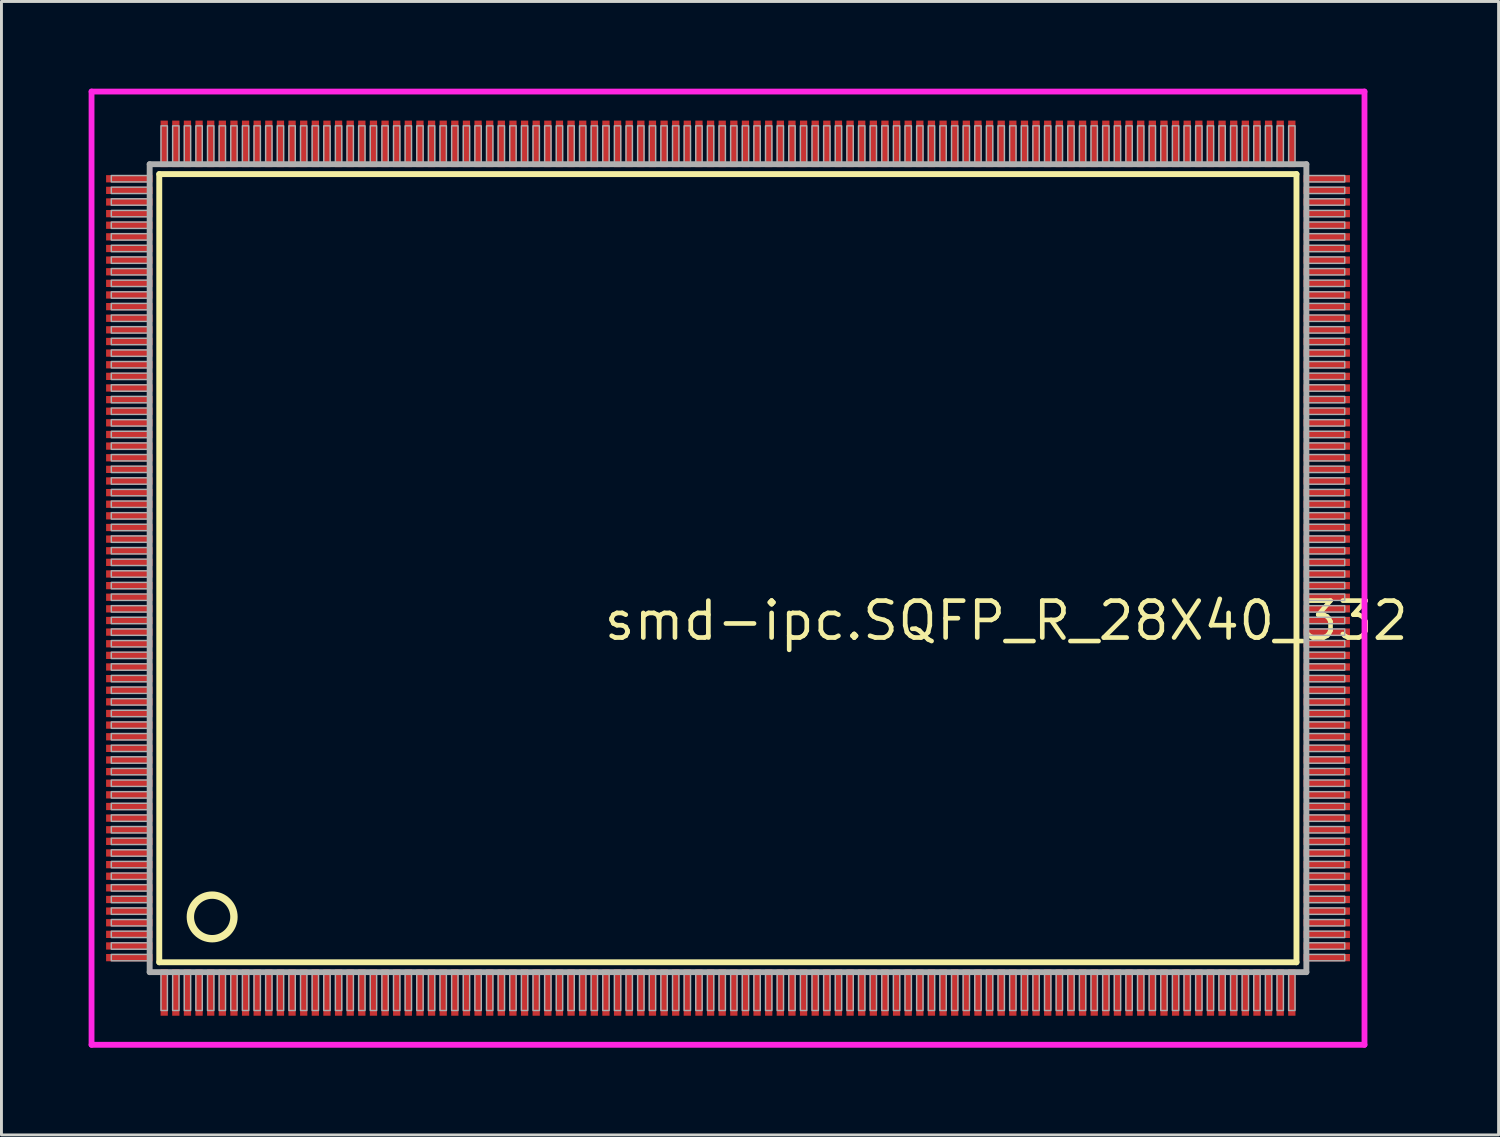
<source format=kicad_pcb>
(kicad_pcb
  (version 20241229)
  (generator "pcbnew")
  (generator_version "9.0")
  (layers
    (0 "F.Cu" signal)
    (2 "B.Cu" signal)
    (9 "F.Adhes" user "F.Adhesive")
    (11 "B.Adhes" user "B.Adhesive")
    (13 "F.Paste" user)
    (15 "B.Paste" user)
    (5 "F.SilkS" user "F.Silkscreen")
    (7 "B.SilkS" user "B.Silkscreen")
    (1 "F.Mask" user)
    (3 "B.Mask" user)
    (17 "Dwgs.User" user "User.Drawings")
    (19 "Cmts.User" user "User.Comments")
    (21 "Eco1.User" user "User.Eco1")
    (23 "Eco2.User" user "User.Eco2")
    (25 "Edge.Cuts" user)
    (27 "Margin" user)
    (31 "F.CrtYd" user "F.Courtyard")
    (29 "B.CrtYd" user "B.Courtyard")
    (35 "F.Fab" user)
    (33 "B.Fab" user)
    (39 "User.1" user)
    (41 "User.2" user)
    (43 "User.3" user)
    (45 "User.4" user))
  (footprint "smd-ipc.SQFP_R_28X40_332"
    (layer "F.Cu")
    (at 22 16.5)
    (property "Reference" "smd-ipc.SQFP_R_28X40_332" (at -4.35 2.55 0) (layer "F.SilkS") (effects (font (size 1.27 1.27) (thickness 0.16)) (justify left bottom)))
    (attr smd)
    (fp_line (start -19.57 -13.56) (end 19.56 -13.56) (stroke (width 0.203) (type default)) (layer "F.SilkS"))
    (fp_line (start -19.57 13.56) (end -19.57 -13.56) (stroke (width 0.203) (type default)) (layer "F.SilkS"))
    (fp_line (start 19.56 -13.56) (end 19.56 13.56) (stroke (width 0.203) (type default)) (layer "F.SilkS"))
    (fp_line (start 19.56 13.56) (end -19.57 13.56) (stroke (width 0.203) (type default)) (layer "F.SilkS"))
    (fp_circle (center -17.75 12) (end -17 12) (stroke (width 0.254) (type default)) (fill no) (layer "F.SilkS"))
    (fp_line (start -21.9 -16.4) (end 21.9 -16.4) (stroke (width 0.2) (type default)) (layer "F.CrtYd"))
    (fp_line (start -21.9 16.4) (end -21.9 -16.4) (stroke (width 0.2) (type default)) (layer "F.CrtYd"))
    (fp_line (start 21.9 -16.4) (end 21.9 16.4) (stroke (width 0.2) (type default)) (layer "F.CrtYd"))
    (fp_line (start 21.9 16.4) (end -21.9 16.4) (stroke (width 0.2) (type default)) (layer "F.CrtYd"))
    (fp_line (start -19.9 -13.9) (end -19.9 13.9) (stroke (width 0.203) (type default)) (layer "F.Fab"))
    (fp_line (start -19.9 13.9) (end 19.9 13.9) (stroke (width 0.203) (type default)) (layer "F.Fab"))
    (fp_line (start 19.9 -13.9) (end -19.9 -13.9) (stroke (width 0.203) (type default)) (layer "F.Fab"))
    (fp_line (start 19.9 13.9) (end 19.9 -13.9) (stroke (width 0.203) (type default)) (layer "F.Fab"))
    (fp_rect (start -21.22 -13.29) (end -19.95 -13.51) (stroke (width 0.05) (type default)) (fill no) (layer "F.Fab"))
    (fp_rect (start -21.22 -12.89) (end -19.95 -13.11) (stroke (width 0.05) (type default)) (fill no) (layer "F.Fab"))
    (fp_rect (start -21.22 -12.49) (end -19.95 -12.71) (stroke (width 0.05) (type default)) (fill no) (layer "F.Fab"))
    (fp_rect (start -21.22 -12.09) (end -19.95 -12.31) (stroke (width 0.05) (type default)) (fill no) (layer "F.Fab"))
    (fp_rect (start -21.22 -11.69) (end -19.95 -11.91) (stroke (width 0.05) (type default)) (fill no) (layer "F.Fab"))
    (fp_rect (start -21.22 -11.29) (end -19.95 -11.51) (stroke (width 0.05) (type default)) (fill no) (layer "F.Fab"))
    (fp_rect (start -21.22 -10.89) (end -19.95 -11.11) (stroke (width 0.05) (type default)) (fill no) (layer "F.Fab"))
    (fp_rect (start -21.22 -10.49) (end -19.95 -10.71) (stroke (width 0.05) (type default)) (fill no) (layer "F.Fab"))
    (fp_rect (start -21.22 -10.09) (end -19.95 -10.31) (stroke (width 0.05) (type default)) (fill no) (layer "F.Fab"))
    (fp_rect (start -21.22 -9.69) (end -19.95 -9.91) (stroke (width 0.05) (type default)) (fill no) (layer "F.Fab"))
    (fp_rect (start -21.22 -9.29) (end -19.95 -9.51) (stroke (width 0.05) (type default)) (fill no) (layer "F.Fab"))
    (fp_rect (start -21.22 -8.89) (end -19.95 -9.11) (stroke (width 0.05) (type default)) (fill no) (layer "F.Fab"))
    (fp_rect (start -21.22 -8.49) (end -19.95 -8.71) (stroke (width 0.05) (type default)) (fill no) (layer "F.Fab"))
    (fp_rect (start -21.22 -8.09) (end -19.95 -8.31) (stroke (width 0.05) (type default)) (fill no) (layer "F.Fab"))
    (fp_rect (start -21.22 -7.69) (end -19.95 -7.91) (stroke (width 0.05) (type default)) (fill no) (layer "F.Fab"))
    (fp_rect (start -21.22 -7.29) (end -19.95 -7.51) (stroke (width 0.05) (type default)) (fill no) (layer "F.Fab"))
    (fp_rect (start -21.22 -6.89) (end -19.95 -7.11) (stroke (width 0.05) (type default)) (fill no) (layer "F.Fab"))
    (fp_rect (start -21.22 -6.49) (end -19.95 -6.71) (stroke (width 0.05) (type default)) (fill no) (layer "F.Fab"))
    (fp_rect (start -21.22 -6.09) (end -19.95 -6.31) (stroke (width 0.05) (type default)) (fill no) (layer "F.Fab"))
    (fp_rect (start -21.22 -5.69) (end -19.95 -5.91) (stroke (width 0.05) (type default)) (fill no) (layer "F.Fab"))
    (fp_rect (start -21.22 -5.29) (end -19.95 -5.51) (stroke (width 0.05) (type default)) (fill no) (layer "F.Fab"))
    (fp_rect (start -21.22 -4.89) (end -19.95 -5.11) (stroke (width 0.05) (type default)) (fill no) (layer "F.Fab"))
    (fp_rect (start -21.22 -4.49) (end -19.95 -4.71) (stroke (width 0.05) (type default)) (fill no) (layer "F.Fab"))
    (fp_rect (start -21.22 -4.09) (end -19.95 -4.31) (stroke (width 0.05) (type default)) (fill no) (layer "F.Fab"))
    (fp_rect (start -21.22 -3.69) (end -19.95 -3.91) (stroke (width 0.05) (type default)) (fill no) (layer "F.Fab"))
    (fp_rect (start -21.22 -3.29) (end -19.95 -3.51) (stroke (width 0.05) (type default)) (fill no) (layer "F.Fab"))
    (fp_rect (start -21.22 -2.89) (end -19.95 -3.11) (stroke (width 0.05) (type default)) (fill no) (layer "F.Fab"))
    (fp_rect (start -21.22 -2.49) (end -19.95 -2.71) (stroke (width 0.05) (type default)) (fill no) (layer "F.Fab"))
    (fp_rect (start -21.22 -2.09) (end -19.95 -2.31) (stroke (width 0.05) (type default)) (fill no) (layer "F.Fab"))
    (fp_rect (start -21.22 -1.69) (end -19.95 -1.91) (stroke (width 0.05) (type default)) (fill no) (layer "F.Fab"))
    (fp_rect (start -21.22 -1.29) (end -19.95 -1.51) (stroke (width 0.05) (type default)) (fill no) (layer "F.Fab"))
    (fp_rect (start -21.22 -0.89) (end -19.95 -1.11) (stroke (width 0.05) (type default)) (fill no) (layer "F.Fab"))
    (fp_rect (start -21.22 -0.49) (end -19.95 -0.71) (stroke (width 0.05) (type default)) (fill no) (layer "F.Fab"))
    (fp_rect (start -21.22 -0.09) (end -19.95 -0.31) (stroke (width 0.05) (type default)) (fill no) (layer "F.Fab"))
    (fp_rect (start -21.22 0.31) (end -19.95 0.09) (stroke (width 0.05) (type default)) (fill no) (layer "F.Fab"))
    (fp_rect (start -21.22 0.71) (end -19.95 0.49) (stroke (width 0.05) (type default)) (fill no) (layer "F.Fab"))
    (fp_rect (start -21.22 1.11) (end -19.95 0.89) (stroke (width 0.05) (type default)) (fill no) (layer "F.Fab"))
    (fp_rect (start -21.22 1.51) (end -19.95 1.29) (stroke (width 0.05) (type default)) (fill no) (layer "F.Fab"))
    (fp_rect (start -21.22 1.91) (end -19.95 1.69) (stroke (width 0.05) (type default)) (fill no) (layer "F.Fab"))
    (fp_rect (start -21.22 2.31) (end -19.95 2.09) (stroke (width 0.05) (type default)) (fill no) (layer "F.Fab"))
    (fp_rect (start -21.22 2.71) (end -19.95 2.49) (stroke (width 0.05) (type default)) (fill no) (layer "F.Fab"))
    (fp_rect (start -21.22 3.11) (end -19.95 2.89) (stroke (width 0.05) (type default)) (fill no) (layer "F.Fab"))
    (fp_rect (start -21.22 3.51) (end -19.95 3.29) (stroke (width 0.05) (type default)) (fill no) (layer "F.Fab"))
    (fp_rect (start -21.22 3.91) (end -19.95 3.69) (stroke (width 0.05) (type default)) (fill no) (layer "F.Fab"))
    (fp_rect (start -21.22 4.31) (end -19.95 4.09) (stroke (width 0.05) (type default)) (fill no) (layer "F.Fab"))
    (fp_rect (start -21.22 4.71) (end -19.95 4.49) (stroke (width 0.05) (type default)) (fill no) (layer "F.Fab"))
    (fp_rect (start -21.22 5.11) (end -19.95 4.89) (stroke (width 0.05) (type default)) (fill no) (layer "F.Fab"))
    (fp_rect (start -21.22 5.51) (end -19.95 5.29) (stroke (width 0.05) (type default)) (fill no) (layer "F.Fab"))
    (fp_rect (start -21.22 5.91) (end -19.95 5.69) (stroke (width 0.05) (type default)) (fill no) (layer "F.Fab"))
    (fp_rect (start -21.22 6.31) (end -19.95 6.09) (stroke (width 0.05) (type default)) (fill no) (layer "F.Fab"))
    (fp_rect (start -21.22 6.71) (end -19.95 6.49) (stroke (width 0.05) (type default)) (fill no) (layer "F.Fab"))
    (fp_rect (start -21.22 7.11) (end -19.95 6.89) (stroke (width 0.05) (type default)) (fill no) (layer "F.Fab"))
    (fp_rect (start -21.22 7.51) (end -19.95 7.29) (stroke (width 0.05) (type default)) (fill no) (layer "F.Fab"))
    (fp_rect (start -21.22 7.91) (end -19.95 7.69) (stroke (width 0.05) (type default)) (fill no) (layer "F.Fab"))
    (fp_rect (start -21.22 8.31) (end -19.95 8.09) (stroke (width 0.05) (type default)) (fill no) (layer "F.Fab"))
    (fp_rect (start -21.22 8.71) (end -19.95 8.49) (stroke (width 0.05) (type default)) (fill no) (layer "F.Fab"))
    (fp_rect (start -21.22 9.11) (end -19.95 8.89) (stroke (width 0.05) (type default)) (fill no) (layer "F.Fab"))
    (fp_rect (start -21.22 9.51) (end -19.95 9.29) (stroke (width 0.05) (type default)) (fill no) (layer "F.Fab"))
    (fp_rect (start -21.22 9.91) (end -19.95 9.69) (stroke (width 0.05) (type default)) (fill no) (layer "F.Fab"))
    (fp_rect (start -21.22 10.31) (end -19.95 10.09) (stroke (width 0.05) (type default)) (fill no) (layer "F.Fab"))
    (fp_rect (start -21.22 10.71) (end -19.95 10.49) (stroke (width 0.05) (type default)) (fill no) (layer "F.Fab"))
    (fp_rect (start -21.22 11.11) (end -19.95 10.89) (stroke (width 0.05) (type default)) (fill no) (layer "F.Fab"))
    (fp_rect (start -21.22 11.51) (end -19.95 11.29) (stroke (width 0.05) (type default)) (fill no) (layer "F.Fab"))
    (fp_rect (start -21.22 11.91) (end -19.95 11.69) (stroke (width 0.05) (type default)) (fill no) (layer "F.Fab"))
    (fp_rect (start -21.22 12.31) (end -19.95 12.09) (stroke (width 0.05) (type default)) (fill no) (layer "F.Fab"))
    (fp_rect (start -21.22 12.71) (end -19.95 12.49) (stroke (width 0.05) (type default)) (fill no) (layer "F.Fab"))
    (fp_rect (start -21.22 13.11) (end -19.95 12.89) (stroke (width 0.05) (type default)) (fill no) (layer "F.Fab"))
    (fp_rect (start -21.22 13.51) (end -19.95 13.29) (stroke (width 0.05) (type default)) (fill no) (layer "F.Fab"))
    (fp_rect (start -19.51 -13.95) (end -19.29 -15.22) (stroke (width 0.05) (type default)) (fill no) (layer "F.Fab"))
    (fp_rect (start -19.51 15.22) (end -19.29 13.95) (stroke (width 0.05) (type default)) (fill no) (layer "F.Fab"))
    (fp_rect (start -19.11 -13.95) (end -18.89 -15.22) (stroke (width 0.05) (type default)) (fill no) (layer "F.Fab"))
    (fp_rect (start -19.11 15.22) (end -18.89 13.95) (stroke (width 0.05) (type default)) (fill no) (layer "F.Fab"))
    (fp_rect (start -18.71 -13.95) (end -18.49 -15.22) (stroke (width 0.05) (type default)) (fill no) (layer "F.Fab"))
    (fp_rect (start -18.71 15.22) (end -18.49 13.95) (stroke (width 0.05) (type default)) (fill no) (layer "F.Fab"))
    (fp_rect (start -18.31 -13.95) (end -18.09 -15.22) (stroke (width 0.05) (type default)) (fill no) (layer "F.Fab"))
    (fp_rect (start -18.31 15.22) (end -18.09 13.95) (stroke (width 0.05) (type default)) (fill no) (layer "F.Fab"))
    (fp_rect (start -17.91 -13.95) (end -17.69 -15.22) (stroke (width 0.05) (type default)) (fill no) (layer "F.Fab"))
    (fp_rect (start -17.91 15.22) (end -17.69 13.95) (stroke (width 0.05) (type default)) (fill no) (layer "F.Fab"))
    (fp_rect (start -17.51 -13.95) (end -17.29 -15.22) (stroke (width 0.05) (type default)) (fill no) (layer "F.Fab"))
    (fp_rect (start -17.51 15.22) (end -17.29 13.95) (stroke (width 0.05) (type default)) (fill no) (layer "F.Fab"))
    (fp_rect (start -17.11 -13.95) (end -16.89 -15.22) (stroke (width 0.05) (type default)) (fill no) (layer "F.Fab"))
    (fp_rect (start -17.11 15.22) (end -16.89 13.95) (stroke (width 0.05) (type default)) (fill no) (layer "F.Fab"))
    (fp_rect (start -16.71 -13.95) (end -16.49 -15.22) (stroke (width 0.05) (type default)) (fill no) (layer "F.Fab"))
    (fp_rect (start -16.71 15.22) (end -16.49 13.95) (stroke (width 0.05) (type default)) (fill no) (layer "F.Fab"))
    (fp_rect (start -16.31 -13.95) (end -16.09 -15.22) (stroke (width 0.05) (type default)) (fill no) (layer "F.Fab"))
    (fp_rect (start -16.31 15.22) (end -16.09 13.95) (stroke (width 0.05) (type default)) (fill no) (layer "F.Fab"))
    (fp_rect (start -15.91 -13.95) (end -15.69 -15.22) (stroke (width 0.05) (type default)) (fill no) (layer "F.Fab"))
    (fp_rect (start -15.91 15.22) (end -15.69 13.95) (stroke (width 0.05) (type default)) (fill no) (layer "F.Fab"))
    (fp_rect (start -15.51 -13.95) (end -15.29 -15.22) (stroke (width 0.05) (type default)) (fill no) (layer "F.Fab"))
    (fp_rect (start -15.51 15.22) (end -15.29 13.95) (stroke (width 0.05) (type default)) (fill no) (layer "F.Fab"))
    (fp_rect (start -15.11 -13.95) (end -14.89 -15.22) (stroke (width 0.05) (type default)) (fill no) (layer "F.Fab"))
    (fp_rect (start -15.11 15.22) (end -14.89 13.95) (stroke (width 0.05) (type default)) (fill no) (layer "F.Fab"))
    (fp_rect (start -14.71 -13.95) (end -14.49 -15.22) (stroke (width 0.05) (type default)) (fill no) (layer "F.Fab"))
    (fp_rect (start -14.71 15.22) (end -14.49 13.95) (stroke (width 0.05) (type default)) (fill no) (layer "F.Fab"))
    (fp_rect (start -14.31 -13.95) (end -14.09 -15.22) (stroke (width 0.05) (type default)) (fill no) (layer "F.Fab"))
    (fp_rect (start -14.31 15.22) (end -14.09 13.95) (stroke (width 0.05) (type default)) (fill no) (layer "F.Fab"))
    (fp_rect (start -13.91 -13.95) (end -13.69 -15.22) (stroke (width 0.05) (type default)) (fill no) (layer "F.Fab"))
    (fp_rect (start -13.91 15.22) (end -13.69 13.95) (stroke (width 0.05) (type default)) (fill no) (layer "F.Fab"))
    (fp_rect (start -13.51 -13.95) (end -13.29 -15.22) (stroke (width 0.05) (type default)) (fill no) (layer "F.Fab"))
    (fp_rect (start -13.51 15.22) (end -13.29 13.95) (stroke (width 0.05) (type default)) (fill no) (layer "F.Fab"))
    (fp_rect (start -13.11 -13.95) (end -12.89 -15.22) (stroke (width 0.05) (type default)) (fill no) (layer "F.Fab"))
    (fp_rect (start -13.11 15.22) (end -12.89 13.95) (stroke (width 0.05) (type default)) (fill no) (layer "F.Fab"))
    (fp_rect (start -12.71 -13.95) (end -12.49 -15.22) (stroke (width 0.05) (type default)) (fill no) (layer "F.Fab"))
    (fp_rect (start -12.71 15.22) (end -12.49 13.95) (stroke (width 0.05) (type default)) (fill no) (layer "F.Fab"))
    (fp_rect (start -12.31 -13.95) (end -12.09 -15.22) (stroke (width 0.05) (type default)) (fill no) (layer "F.Fab"))
    (fp_rect (start -12.31 15.22) (end -12.09 13.95) (stroke (width 0.05) (type default)) (fill no) (layer "F.Fab"))
    (fp_rect (start -11.91 -13.95) (end -11.69 -15.22) (stroke (width 0.05) (type default)) (fill no) (layer "F.Fab"))
    (fp_rect (start -11.91 15.22) (end -11.69 13.95) (stroke (width 0.05) (type default)) (fill no) (layer "F.Fab"))
    (fp_rect (start -11.51 -13.95) (end -11.29 -15.22) (stroke (width 0.05) (type default)) (fill no) (layer "F.Fab"))
    (fp_rect (start -11.51 15.22) (end -11.29 13.95) (stroke (width 0.05) (type default)) (fill no) (layer "F.Fab"))
    (fp_rect (start -11.11 -13.95) (end -10.89 -15.22) (stroke (width 0.05) (type default)) (fill no) (layer "F.Fab"))
    (fp_rect (start -11.11 15.22) (end -10.89 13.95) (stroke (width 0.05) (type default)) (fill no) (layer "F.Fab"))
    (fp_rect (start -10.71 -13.95) (end -10.49 -15.22) (stroke (width 0.05) (type default)) (fill no) (layer "F.Fab"))
    (fp_rect (start -10.71 15.22) (end -10.49 13.95) (stroke (width 0.05) (type default)) (fill no) (layer "F.Fab"))
    (fp_rect (start -10.31 -13.95) (end -10.09 -15.22) (stroke (width 0.05) (type default)) (fill no) (layer "F.Fab"))
    (fp_rect (start -10.31 15.22) (end -10.09 13.95) (stroke (width 0.05) (type default)) (fill no) (layer "F.Fab"))
    (fp_rect (start -9.91 -13.95) (end -9.69 -15.22) (stroke (width 0.05) (type default)) (fill no) (layer "F.Fab"))
    (fp_rect (start -9.91 15.22) (end -9.69 13.95) (stroke (width 0.05) (type default)) (fill no) (layer "F.Fab"))
    (fp_rect (start -9.51 -13.95) (end -9.29 -15.22) (stroke (width 0.05) (type default)) (fill no) (layer "F.Fab"))
    (fp_rect (start -9.51 15.22) (end -9.29 13.95) (stroke (width 0.05) (type default)) (fill no) (layer "F.Fab"))
    (fp_rect (start -9.11 -13.95) (end -8.89 -15.22) (stroke (width 0.05) (type default)) (fill no) (layer "F.Fab"))
    (fp_rect (start -9.11 15.22) (end -8.89 13.95) (stroke (width 0.05) (type default)) (fill no) (layer "F.Fab"))
    (fp_rect (start -8.71 -13.95) (end -8.49 -15.22) (stroke (width 0.05) (type default)) (fill no) (layer "F.Fab"))
    (fp_rect (start -8.71 15.22) (end -8.49 13.95) (stroke (width 0.05) (type default)) (fill no) (layer "F.Fab"))
    (fp_rect (start -8.31 -13.95) (end -8.09 -15.22) (stroke (width 0.05) (type default)) (fill no) (layer "F.Fab"))
    (fp_rect (start -8.31 15.22) (end -8.09 13.95) (stroke (width 0.05) (type default)) (fill no) (layer "F.Fab"))
    (fp_rect (start -7.91 -13.95) (end -7.69 -15.22) (stroke (width 0.05) (type default)) (fill no) (layer "F.Fab"))
    (fp_rect (start -7.91 15.22) (end -7.69 13.95) (stroke (width 0.05) (type default)) (fill no) (layer "F.Fab"))
    (fp_rect (start -7.51 -13.95) (end -7.29 -15.22) (stroke (width 0.05) (type default)) (fill no) (layer "F.Fab"))
    (fp_rect (start -7.51 15.22) (end -7.29 13.95) (stroke (width 0.05) (type default)) (fill no) (layer "F.Fab"))
    (fp_rect (start -7.11 -13.95) (end -6.89 -15.22) (stroke (width 0.05) (type default)) (fill no) (layer "F.Fab"))
    (fp_rect (start -7.11 15.22) (end -6.89 13.95) (stroke (width 0.05) (type default)) (fill no) (layer "F.Fab"))
    (fp_rect (start -6.71 -13.95) (end -6.49 -15.22) (stroke (width 0.05) (type default)) (fill no) (layer "F.Fab"))
    (fp_rect (start -6.71 15.22) (end -6.49 13.95) (stroke (width 0.05) (type default)) (fill no) (layer "F.Fab"))
    (fp_rect (start -6.31 -13.95) (end -6.09 -15.22) (stroke (width 0.05) (type default)) (fill no) (layer "F.Fab"))
    (fp_rect (start -6.31 15.22) (end -6.09 13.95) (stroke (width 0.05) (type default)) (fill no) (layer "F.Fab"))
    (fp_rect (start -5.91 -13.95) (end -5.69 -15.22) (stroke (width 0.05) (type default)) (fill no) (layer "F.Fab"))
    (fp_rect (start -5.91 15.22) (end -5.69 13.95) (stroke (width 0.05) (type default)) (fill no) (layer "F.Fab"))
    (fp_rect (start -5.51 -13.95) (end -5.29 -15.22) (stroke (width 0.05) (type default)) (fill no) (layer "F.Fab"))
    (fp_rect (start -5.51 15.22) (end -5.29 13.95) (stroke (width 0.05) (type default)) (fill no) (layer "F.Fab"))
    (fp_rect (start -5.11 -13.95) (end -4.89 -15.22) (stroke (width 0.05) (type default)) (fill no) (layer "F.Fab"))
    (fp_rect (start -5.11 15.22) (end -4.89 13.95) (stroke (width 0.05) (type default)) (fill no) (layer "F.Fab"))
    (fp_rect (start -4.71 -13.95) (end -4.49 -15.22) (stroke (width 0.05) (type default)) (fill no) (layer "F.Fab"))
    (fp_rect (start -4.71 15.22) (end -4.49 13.95) (stroke (width 0.05) (type default)) (fill no) (layer "F.Fab"))
    (fp_rect (start -4.31 -13.95) (end -4.09 -15.22) (stroke (width 0.05) (type default)) (fill no) (layer "F.Fab"))
    (fp_rect (start -4.31 15.22) (end -4.09 13.95) (stroke (width 0.05) (type default)) (fill no) (layer "F.Fab"))
    (fp_rect (start -3.91 -13.95) (end -3.69 -15.22) (stroke (width 0.05) (type default)) (fill no) (layer "F.Fab"))
    (fp_rect (start -3.91 15.22) (end -3.69 13.95) (stroke (width 0.05) (type default)) (fill no) (layer "F.Fab"))
    (fp_rect (start -3.51 -13.95) (end -3.29 -15.22) (stroke (width 0.05) (type default)) (fill no) (layer "F.Fab"))
    (fp_rect (start -3.51 15.22) (end -3.29 13.95) (stroke (width 0.05) (type default)) (fill no) (layer "F.Fab"))
    (fp_rect (start -3.11 -13.95) (end -2.89 -15.22) (stroke (width 0.05) (type default)) (fill no) (layer "F.Fab"))
    (fp_rect (start -3.11 15.22) (end -2.89 13.95) (stroke (width 0.05) (type default)) (fill no) (layer "F.Fab"))
    (fp_rect (start -2.71 -13.95) (end -2.49 -15.22) (stroke (width 0.05) (type default)) (fill no) (layer "F.Fab"))
    (fp_rect (start -2.71 15.22) (end -2.49 13.95) (stroke (width 0.05) (type default)) (fill no) (layer "F.Fab"))
    (fp_rect (start -2.31 -13.95) (end -2.09 -15.22) (stroke (width 0.05) (type default)) (fill no) (layer "F.Fab"))
    (fp_rect (start -2.31 15.22) (end -2.09 13.95) (stroke (width 0.05) (type default)) (fill no) (layer "F.Fab"))
    (fp_rect (start -1.91 -13.95) (end -1.69 -15.22) (stroke (width 0.05) (type default)) (fill no) (layer "F.Fab"))
    (fp_rect (start -1.91 15.22) (end -1.69 13.95) (stroke (width 0.05) (type default)) (fill no) (layer "F.Fab"))
    (fp_rect (start -1.51 -13.95) (end -1.29 -15.22) (stroke (width 0.05) (type default)) (fill no) (layer "F.Fab"))
    (fp_rect (start -1.51 15.22) (end -1.29 13.95) (stroke (width 0.05) (type default)) (fill no) (layer "F.Fab"))
    (fp_rect (start -1.11 -13.95) (end -0.89 -15.22) (stroke (width 0.05) (type default)) (fill no) (layer "F.Fab"))
    (fp_rect (start -1.11 15.22) (end -0.89 13.95) (stroke (width 0.05) (type default)) (fill no) (layer "F.Fab"))
    (fp_rect (start -0.71 -13.95) (end -0.49 -15.22) (stroke (width 0.05) (type default)) (fill no) (layer "F.Fab"))
    (fp_rect (start -0.71 15.22) (end -0.49 13.95) (stroke (width 0.05) (type default)) (fill no) (layer "F.Fab"))
    (fp_rect (start -0.31 -13.95) (end -0.09 -15.22) (stroke (width 0.05) (type default)) (fill no) (layer "F.Fab"))
    (fp_rect (start -0.31 15.22) (end -0.09 13.95) (stroke (width 0.05) (type default)) (fill no) (layer "F.Fab"))
    (fp_rect (start 0.09 -13.95) (end 0.31 -15.22) (stroke (width 0.05) (type default)) (fill no) (layer "F.Fab"))
    (fp_rect (start 0.09 15.22) (end 0.31 13.95) (stroke (width 0.05) (type default)) (fill no) (layer "F.Fab"))
    (fp_rect (start 0.49 -13.95) (end 0.71 -15.22) (stroke (width 0.05) (type default)) (fill no) (layer "F.Fab"))
    (fp_rect (start 0.49 15.22) (end 0.71 13.95) (stroke (width 0.05) (type default)) (fill no) (layer "F.Fab"))
    (fp_rect (start 0.89 -13.95) (end 1.11 -15.22) (stroke (width 0.05) (type default)) (fill no) (layer "F.Fab"))
    (fp_rect (start 0.89 15.22) (end 1.11 13.95) (stroke (width 0.05) (type default)) (fill no) (layer "F.Fab"))
    (fp_rect (start 1.29 -13.95) (end 1.51 -15.22) (stroke (width 0.05) (type default)) (fill no) (layer "F.Fab"))
    (fp_rect (start 1.29 15.22) (end 1.51 13.95) (stroke (width 0.05) (type default)) (fill no) (layer "F.Fab"))
    (fp_rect (start 1.69 -13.95) (end 1.91 -15.22) (stroke (width 0.05) (type default)) (fill no) (layer "F.Fab"))
    (fp_rect (start 1.69 15.22) (end 1.91 13.95) (stroke (width 0.05) (type default)) (fill no) (layer "F.Fab"))
    (fp_rect (start 2.09 -13.95) (end 2.31 -15.22) (stroke (width 0.05) (type default)) (fill no) (layer "F.Fab"))
    (fp_rect (start 2.09 15.22) (end 2.31 13.95) (stroke (width 0.05) (type default)) (fill no) (layer "F.Fab"))
    (fp_rect (start 2.49 -13.95) (end 2.71 -15.22) (stroke (width 0.05) (type default)) (fill no) (layer "F.Fab"))
    (fp_rect (start 2.49 15.22) (end 2.71 13.95) (stroke (width 0.05) (type default)) (fill no) (layer "F.Fab"))
    (fp_rect (start 2.89 -13.95) (end 3.11 -15.22) (stroke (width 0.05) (type default)) (fill no) (layer "F.Fab"))
    (fp_rect (start 2.89 15.22) (end 3.11 13.95) (stroke (width 0.05) (type default)) (fill no) (layer "F.Fab"))
    (fp_rect (start 3.29 -13.95) (end 3.51 -15.22) (stroke (width 0.05) (type default)) (fill no) (layer "F.Fab"))
    (fp_rect (start 3.29 15.22) (end 3.51 13.95) (stroke (width 0.05) (type default)) (fill no) (layer "F.Fab"))
    (fp_rect (start 3.69 -13.95) (end 3.91 -15.22) (stroke (width 0.05) (type default)) (fill no) (layer "F.Fab"))
    (fp_rect (start 3.69 15.22) (end 3.91 13.95) (stroke (width 0.05) (type default)) (fill no) (layer "F.Fab"))
    (fp_rect (start 4.09 -13.95) (end 4.31 -15.22) (stroke (width 0.05) (type default)) (fill no) (layer "F.Fab"))
    (fp_rect (start 4.09 15.22) (end 4.31 13.95) (stroke (width 0.05) (type default)) (fill no) (layer "F.Fab"))
    (fp_rect (start 4.49 -13.95) (end 4.71 -15.22) (stroke (width 0.05) (type default)) (fill no) (layer "F.Fab"))
    (fp_rect (start 4.49 15.22) (end 4.71 13.95) (stroke (width 0.05) (type default)) (fill no) (layer "F.Fab"))
    (fp_rect (start 4.89 -13.95) (end 5.11 -15.22) (stroke (width 0.05) (type default)) (fill no) (layer "F.Fab"))
    (fp_rect (start 4.89 15.22) (end 5.11 13.95) (stroke (width 0.05) (type default)) (fill no) (layer "F.Fab"))
    (fp_rect (start 5.29 -13.95) (end 5.51 -15.22) (stroke (width 0.05) (type default)) (fill no) (layer "F.Fab"))
    (fp_rect (start 5.29 15.22) (end 5.51 13.95) (stroke (width 0.05) (type default)) (fill no) (layer "F.Fab"))
    (fp_rect (start 5.69 -13.95) (end 5.91 -15.22) (stroke (width 0.05) (type default)) (fill no) (layer "F.Fab"))
    (fp_rect (start 5.69 15.22) (end 5.91 13.95) (stroke (width 0.05) (type default)) (fill no) (layer "F.Fab"))
    (fp_rect (start 6.09 -13.95) (end 6.31 -15.22) (stroke (width 0.05) (type default)) (fill no) (layer "F.Fab"))
    (fp_rect (start 6.09 15.22) (end 6.31 13.95) (stroke (width 0.05) (type default)) (fill no) (layer "F.Fab"))
    (fp_rect (start 6.49 -13.95) (end 6.71 -15.22) (stroke (width 0.05) (type default)) (fill no) (layer "F.Fab"))
    (fp_rect (start 6.49 15.22) (end 6.71 13.95) (stroke (width 0.05) (type default)) (fill no) (layer "F.Fab"))
    (fp_rect (start 6.89 -13.95) (end 7.11 -15.22) (stroke (width 0.05) (type default)) (fill no) (layer "F.Fab"))
    (fp_rect (start 6.89 15.22) (end 7.11 13.95) (stroke (width 0.05) (type default)) (fill no) (layer "F.Fab"))
    (fp_rect (start 7.29 -13.95) (end 7.51 -15.22) (stroke (width 0.05) (type default)) (fill no) (layer "F.Fab"))
    (fp_rect (start 7.29 15.22) (end 7.51 13.95) (stroke (width 0.05) (type default)) (fill no) (layer "F.Fab"))
    (fp_rect (start 7.69 -13.95) (end 7.91 -15.22) (stroke (width 0.05) (type default)) (fill no) (layer "F.Fab"))
    (fp_rect (start 7.69 15.22) (end 7.91 13.95) (stroke (width 0.05) (type default)) (fill no) (layer "F.Fab"))
    (fp_rect (start 8.09 -13.95) (end 8.31 -15.22) (stroke (width 0.05) (type default)) (fill no) (layer "F.Fab"))
    (fp_rect (start 8.09 15.22) (end 8.31 13.95) (stroke (width 0.05) (type default)) (fill no) (layer "F.Fab"))
    (fp_rect (start 8.49 -13.95) (end 8.71 -15.22) (stroke (width 0.05) (type default)) (fill no) (layer "F.Fab"))
    (fp_rect (start 8.49 15.22) (end 8.71 13.95) (stroke (width 0.05) (type default)) (fill no) (layer "F.Fab"))
    (fp_rect (start 8.89 -13.95) (end 9.11 -15.22) (stroke (width 0.05) (type default)) (fill no) (layer "F.Fab"))
    (fp_rect (start 8.89 15.22) (end 9.11 13.95) (stroke (width 0.05) (type default)) (fill no) (layer "F.Fab"))
    (fp_rect (start 9.29 -13.95) (end 9.51 -15.22) (stroke (width 0.05) (type default)) (fill no) (layer "F.Fab"))
    (fp_rect (start 9.29 15.22) (end 9.51 13.95) (stroke (width 0.05) (type default)) (fill no) (layer "F.Fab"))
    (fp_rect (start 9.69 -13.95) (end 9.91 -15.22) (stroke (width 0.05) (type default)) (fill no) (layer "F.Fab"))
    (fp_rect (start 9.69 15.22) (end 9.91 13.95) (stroke (width 0.05) (type default)) (fill no) (layer "F.Fab"))
    (fp_rect (start 10.09 -13.95) (end 10.31 -15.22) (stroke (width 0.05) (type default)) (fill no) (layer "F.Fab"))
    (fp_rect (start 10.09 15.22) (end 10.31 13.95) (stroke (width 0.05) (type default)) (fill no) (layer "F.Fab"))
    (fp_rect (start 10.49 -13.95) (end 10.71 -15.22) (stroke (width 0.05) (type default)) (fill no) (layer "F.Fab"))
    (fp_rect (start 10.49 15.22) (end 10.71 13.95) (stroke (width 0.05) (type default)) (fill no) (layer "F.Fab"))
    (fp_rect (start 10.89 -13.95) (end 11.11 -15.22) (stroke (width 0.05) (type default)) (fill no) (layer "F.Fab"))
    (fp_rect (start 10.89 15.22) (end 11.11 13.95) (stroke (width 0.05) (type default)) (fill no) (layer "F.Fab"))
    (fp_rect (start 11.29 -13.95) (end 11.51 -15.22) (stroke (width 0.05) (type default)) (fill no) (layer "F.Fab"))
    (fp_rect (start 11.29 15.22) (end 11.51 13.95) (stroke (width 0.05) (type default)) (fill no) (layer "F.Fab"))
    (fp_rect (start 11.69 -13.95) (end 11.91 -15.22) (stroke (width 0.05) (type default)) (fill no) (layer "F.Fab"))
    (fp_rect (start 11.69 15.22) (end 11.91 13.95) (stroke (width 0.05) (type default)) (fill no) (layer "F.Fab"))
    (fp_rect (start 12.09 -13.95) (end 12.31 -15.22) (stroke (width 0.05) (type default)) (fill no) (layer "F.Fab"))
    (fp_rect (start 12.09 15.22) (end 12.31 13.95) (stroke (width 0.05) (type default)) (fill no) (layer "F.Fab"))
    (fp_rect (start 12.49 -13.95) (end 12.71 -15.22) (stroke (width 0.05) (type default)) (fill no) (layer "F.Fab"))
    (fp_rect (start 12.49 15.22) (end 12.71 13.95) (stroke (width 0.05) (type default)) (fill no) (layer "F.Fab"))
    (fp_rect (start 12.89 -13.95) (end 13.11 -15.22) (stroke (width 0.05) (type default)) (fill no) (layer "F.Fab"))
    (fp_rect (start 12.89 15.22) (end 13.11 13.95) (stroke (width 0.05) (type default)) (fill no) (layer "F.Fab"))
    (fp_rect (start 13.29 -13.95) (end 13.51 -15.22) (stroke (width 0.05) (type default)) (fill no) (layer "F.Fab"))
    (fp_rect (start 13.29 15.22) (end 13.51 13.95) (stroke (width 0.05) (type default)) (fill no) (layer "F.Fab"))
    (fp_rect (start 13.69 -13.95) (end 13.91 -15.22) (stroke (width 0.05) (type default)) (fill no) (layer "F.Fab"))
    (fp_rect (start 13.69 15.22) (end 13.91 13.95) (stroke (width 0.05) (type default)) (fill no) (layer "F.Fab"))
    (fp_rect (start 14.09 -13.95) (end 14.31 -15.22) (stroke (width 0.05) (type default)) (fill no) (layer "F.Fab"))
    (fp_rect (start 14.09 15.22) (end 14.31 13.95) (stroke (width 0.05) (type default)) (fill no) (layer "F.Fab"))
    (fp_rect (start 14.49 -13.95) (end 14.71 -15.22) (stroke (width 0.05) (type default)) (fill no) (layer "F.Fab"))
    (fp_rect (start 14.49 15.22) (end 14.71 13.95) (stroke (width 0.05) (type default)) (fill no) (layer "F.Fab"))
    (fp_rect (start 14.89 -13.95) (end 15.11 -15.22) (stroke (width 0.05) (type default)) (fill no) (layer "F.Fab"))
    (fp_rect (start 14.89 15.22) (end 15.11 13.95) (stroke (width 0.05) (type default)) (fill no) (layer "F.Fab"))
    (fp_rect (start 15.29 -13.95) (end 15.51 -15.22) (stroke (width 0.05) (type default)) (fill no) (layer "F.Fab"))
    (fp_rect (start 15.29 15.22) (end 15.51 13.95) (stroke (width 0.05) (type default)) (fill no) (layer "F.Fab"))
    (fp_rect (start 15.69 -13.95) (end 15.91 -15.22) (stroke (width 0.05) (type default)) (fill no) (layer "F.Fab"))
    (fp_rect (start 15.69 15.22) (end 15.91 13.95) (stroke (width 0.05) (type default)) (fill no) (layer "F.Fab"))
    (fp_rect (start 16.09 -13.95) (end 16.31 -15.22) (stroke (width 0.05) (type default)) (fill no) (layer "F.Fab"))
    (fp_rect (start 16.09 15.22) (end 16.31 13.95) (stroke (width 0.05) (type default)) (fill no) (layer "F.Fab"))
    (fp_rect (start 16.49 -13.95) (end 16.71 -15.22) (stroke (width 0.05) (type default)) (fill no) (layer "F.Fab"))
    (fp_rect (start 16.49 15.22) (end 16.71 13.95) (stroke (width 0.05) (type default)) (fill no) (layer "F.Fab"))
    (fp_rect (start 16.89 -13.95) (end 17.11 -15.22) (stroke (width 0.05) (type default)) (fill no) (layer "F.Fab"))
    (fp_rect (start 16.89 15.22) (end 17.11 13.95) (stroke (width 0.05) (type default)) (fill no) (layer "F.Fab"))
    (fp_rect (start 17.29 -13.95) (end 17.51 -15.22) (stroke (width 0.05) (type default)) (fill no) (layer "F.Fab"))
    (fp_rect (start 17.29 15.22) (end 17.51 13.95) (stroke (width 0.05) (type default)) (fill no) (layer "F.Fab"))
    (fp_rect (start 17.69 -13.95) (end 17.91 -15.22) (stroke (width 0.05) (type default)) (fill no) (layer "F.Fab"))
    (fp_rect (start 17.69 15.22) (end 17.91 13.95) (stroke (width 0.05) (type default)) (fill no) (layer "F.Fab"))
    (fp_rect (start 18.09 -13.95) (end 18.31 -15.22) (stroke (width 0.05) (type default)) (fill no) (layer "F.Fab"))
    (fp_rect (start 18.09 15.22) (end 18.31 13.95) (stroke (width 0.05) (type default)) (fill no) (layer "F.Fab"))
    (fp_rect (start 18.49 -13.95) (end 18.71 -15.22) (stroke (width 0.05) (type default)) (fill no) (layer "F.Fab"))
    (fp_rect (start 18.49 15.22) (end 18.71 13.95) (stroke (width 0.05) (type default)) (fill no) (layer "F.Fab"))
    (fp_rect (start 18.89 -13.95) (end 19.11 -15.22) (stroke (width 0.05) (type default)) (fill no) (layer "F.Fab"))
    (fp_rect (start 18.89 15.22) (end 19.11 13.95) (stroke (width 0.05) (type default)) (fill no) (layer "F.Fab"))
    (fp_rect (start 19.29 -13.95) (end 19.51 -15.22) (stroke (width 0.05) (type default)) (fill no) (layer "F.Fab"))
    (fp_rect (start 19.29 15.22) (end 19.51 13.95) (stroke (width 0.05) (type default)) (fill no) (layer "F.Fab"))
    (fp_rect (start 19.95 -13.29) (end 21.22 -13.51) (stroke (width 0.05) (type default)) (fill no) (layer "F.Fab"))
    (fp_rect (start 19.95 -12.89) (end 21.22 -13.11) (stroke (width 0.05) (type default)) (fill no) (layer "F.Fab"))
    (fp_rect (start 19.95 -12.49) (end 21.22 -12.71) (stroke (width 0.05) (type default)) (fill no) (layer "F.Fab"))
    (fp_rect (start 19.95 -12.09) (end 21.22 -12.31) (stroke (width 0.05) (type default)) (fill no) (layer "F.Fab"))
    (fp_rect (start 19.95 -11.69) (end 21.22 -11.91) (stroke (width 0.05) (type default)) (fill no) (layer "F.Fab"))
    (fp_rect (start 19.95 -11.29) (end 21.22 -11.51) (stroke (width 0.05) (type default)) (fill no) (layer "F.Fab"))
    (fp_rect (start 19.95 -10.89) (end 21.22 -11.11) (stroke (width 0.05) (type default)) (fill no) (layer "F.Fab"))
    (fp_rect (start 19.95 -10.49) (end 21.22 -10.71) (stroke (width 0.05) (type default)) (fill no) (layer "F.Fab"))
    (fp_rect (start 19.95 -10.09) (end 21.22 -10.31) (stroke (width 0.05) (type default)) (fill no) (layer "F.Fab"))
    (fp_rect (start 19.95 -9.69) (end 21.22 -9.91) (stroke (width 0.05) (type default)) (fill no) (layer "F.Fab"))
    (fp_rect (start 19.95 -9.29) (end 21.22 -9.51) (stroke (width 0.05) (type default)) (fill no) (layer "F.Fab"))
    (fp_rect (start 19.95 -8.89) (end 21.22 -9.11) (stroke (width 0.05) (type default)) (fill no) (layer "F.Fab"))
    (fp_rect (start 19.95 -8.49) (end 21.22 -8.71) (stroke (width 0.05) (type default)) (fill no) (layer "F.Fab"))
    (fp_rect (start 19.95 -8.09) (end 21.22 -8.31) (stroke (width 0.05) (type default)) (fill no) (layer "F.Fab"))
    (fp_rect (start 19.95 -7.69) (end 21.22 -7.91) (stroke (width 0.05) (type default)) (fill no) (layer "F.Fab"))
    (fp_rect (start 19.95 -7.29) (end 21.22 -7.51) (stroke (width 0.05) (type default)) (fill no) (layer "F.Fab"))
    (fp_rect (start 19.95 -6.89) (end 21.22 -7.11) (stroke (width 0.05) (type default)) (fill no) (layer "F.Fab"))
    (fp_rect (start 19.95 -6.49) (end 21.22 -6.71) (stroke (width 0.05) (type default)) (fill no) (layer "F.Fab"))
    (fp_rect (start 19.95 -6.09) (end 21.22 -6.31) (stroke (width 0.05) (type default)) (fill no) (layer "F.Fab"))
    (fp_rect (start 19.95 -5.69) (end 21.22 -5.91) (stroke (width 0.05) (type default)) (fill no) (layer "F.Fab"))
    (fp_rect (start 19.95 -5.29) (end 21.22 -5.51) (stroke (width 0.05) (type default)) (fill no) (layer "F.Fab"))
    (fp_rect (start 19.95 -4.89) (end 21.22 -5.11) (stroke (width 0.05) (type default)) (fill no) (layer "F.Fab"))
    (fp_rect (start 19.95 -4.49) (end 21.22 -4.71) (stroke (width 0.05) (type default)) (fill no) (layer "F.Fab"))
    (fp_rect (start 19.95 -4.09) (end 21.22 -4.31) (stroke (width 0.05) (type default)) (fill no) (layer "F.Fab"))
    (fp_rect (start 19.95 -3.69) (end 21.22 -3.91) (stroke (width 0.05) (type default)) (fill no) (layer "F.Fab"))
    (fp_rect (start 19.95 -3.29) (end 21.22 -3.51) (stroke (width 0.05) (type default)) (fill no) (layer "F.Fab"))
    (fp_rect (start 19.95 -2.89) (end 21.22 -3.11) (stroke (width 0.05) (type default)) (fill no) (layer "F.Fab"))
    (fp_rect (start 19.95 -2.49) (end 21.22 -2.71) (stroke (width 0.05) (type default)) (fill no) (layer "F.Fab"))
    (fp_rect (start 19.95 -2.09) (end 21.22 -2.31) (stroke (width 0.05) (type default)) (fill no) (layer "F.Fab"))
    (fp_rect (start 19.95 -1.69) (end 21.22 -1.91) (stroke (width 0.05) (type default)) (fill no) (layer "F.Fab"))
    (fp_rect (start 19.95 -1.29) (end 21.22 -1.51) (stroke (width 0.05) (type default)) (fill no) (layer "F.Fab"))
    (fp_rect (start 19.95 -0.89) (end 21.22 -1.11) (stroke (width 0.05) (type default)) (fill no) (layer "F.Fab"))
    (fp_rect (start 19.95 -0.49) (end 21.22 -0.71) (stroke (width 0.05) (type default)) (fill no) (layer "F.Fab"))
    (fp_rect (start 19.95 -0.09) (end 21.22 -0.31) (stroke (width 0.05) (type default)) (fill no) (layer "F.Fab"))
    (fp_rect (start 19.95 0.31) (end 21.22 0.09) (stroke (width 0.05) (type default)) (fill no) (layer "F.Fab"))
    (fp_rect (start 19.95 0.71) (end 21.22 0.49) (stroke (width 0.05) (type default)) (fill no) (layer "F.Fab"))
    (fp_rect (start 19.95 1.11) (end 21.22 0.89) (stroke (width 0.05) (type default)) (fill no) (layer "F.Fab"))
    (fp_rect (start 19.95 1.51) (end 21.22 1.29) (stroke (width 0.05) (type default)) (fill no) (layer "F.Fab"))
    (fp_rect (start 19.95 1.91) (end 21.22 1.69) (stroke (width 0.05) (type default)) (fill no) (layer "F.Fab"))
    (fp_rect (start 19.95 2.31) (end 21.22 2.09) (stroke (width 0.05) (type default)) (fill no) (layer "F.Fab"))
    (fp_rect (start 19.95 2.71) (end 21.22 2.49) (stroke (width 0.05) (type default)) (fill no) (layer "F.Fab"))
    (fp_rect (start 19.95 3.11) (end 21.22 2.89) (stroke (width 0.05) (type default)) (fill no) (layer "F.Fab"))
    (fp_rect (start 19.95 3.51) (end 21.22 3.29) (stroke (width 0.05) (type default)) (fill no) (layer "F.Fab"))
    (fp_rect (start 19.95 3.91) (end 21.22 3.69) (stroke (width 0.05) (type default)) (fill no) (layer "F.Fab"))
    (fp_rect (start 19.95 4.31) (end 21.22 4.09) (stroke (width 0.05) (type default)) (fill no) (layer "F.Fab"))
    (fp_rect (start 19.95 4.71) (end 21.22 4.49) (stroke (width 0.05) (type default)) (fill no) (layer "F.Fab"))
    (fp_rect (start 19.95 5.11) (end 21.22 4.89) (stroke (width 0.05) (type default)) (fill no) (layer "F.Fab"))
    (fp_rect (start 19.95 5.51) (end 21.22 5.29) (stroke (width 0.05) (type default)) (fill no) (layer "F.Fab"))
    (fp_rect (start 19.95 5.91) (end 21.22 5.69) (stroke (width 0.05) (type default)) (fill no) (layer "F.Fab"))
    (fp_rect (start 19.95 6.31) (end 21.22 6.09) (stroke (width 0.05) (type default)) (fill no) (layer "F.Fab"))
    (fp_rect (start 19.95 6.71) (end 21.22 6.49) (stroke (width 0.05) (type default)) (fill no) (layer "F.Fab"))
    (fp_rect (start 19.95 7.11) (end 21.22 6.89) (stroke (width 0.05) (type default)) (fill no) (layer "F.Fab"))
    (fp_rect (start 19.95 7.51) (end 21.22 7.29) (stroke (width 0.05) (type default)) (fill no) (layer "F.Fab"))
    (fp_rect (start 19.95 7.91) (end 21.22 7.69) (stroke (width 0.05) (type default)) (fill no) (layer "F.Fab"))
    (fp_rect (start 19.95 8.31) (end 21.22 8.09) (stroke (width 0.05) (type default)) (fill no) (layer "F.Fab"))
    (fp_rect (start 19.95 8.71) (end 21.22 8.49) (stroke (width 0.05) (type default)) (fill no) (layer "F.Fab"))
    (fp_rect (start 19.95 9.11) (end 21.22 8.89) (stroke (width 0.05) (type default)) (fill no) (layer "F.Fab"))
    (fp_rect (start 19.95 9.51) (end 21.22 9.29) (stroke (width 0.05) (type default)) (fill no) (layer "F.Fab"))
    (fp_rect (start 19.95 9.91) (end 21.22 9.69) (stroke (width 0.05) (type default)) (fill no) (layer "F.Fab"))
    (fp_rect (start 19.95 10.31) (end 21.22 10.09) (stroke (width 0.05) (type default)) (fill no) (layer "F.Fab"))
    (fp_rect (start 19.95 10.71) (end 21.22 10.49) (stroke (width 0.05) (type default)) (fill no) (layer "F.Fab"))
    (fp_rect (start 19.95 11.11) (end 21.22 10.89) (stroke (width 0.05) (type default)) (fill no) (layer "F.Fab"))
    (fp_rect (start 19.95 11.51) (end 21.22 11.29) (stroke (width 0.05) (type default)) (fill no) (layer "F.Fab"))
    (fp_rect (start 19.95 11.91) (end 21.22 11.69) (stroke (width 0.05) (type default)) (fill no) (layer "F.Fab"))
    (fp_rect (start 19.95 12.31) (end 21.22 12.09) (stroke (width 0.05) (type default)) (fill no) (layer "F.Fab"))
    (fp_rect (start 19.95 12.71) (end 21.22 12.49) (stroke (width 0.05) (type default)) (fill no) (layer "F.Fab"))
    (fp_rect (start 19.95 13.11) (end 21.22 12.89) (stroke (width 0.05) (type default)) (fill no) (layer "F.Fab"))
    (fp_rect (start 19.95 13.51) (end 21.22 13.29) (stroke (width 0.05) (type default)) (fill no) (layer "F.Fab"))
    (pad "1" smd roundrect (at -19.4 14.6) (size 0.25 1.6) (layers "F.Cu" "F.Mask" "F.Paste") (roundrect_rratio 0.01))
    (pad "2" smd roundrect (at -19 14.6) (size 0.25 1.6) (layers "F.Cu" "F.Mask" "F.Paste") (roundrect_rratio 0.01))
    (pad "3" smd roundrect (at -18.6 14.6) (size 0.25 1.6) (layers "F.Cu" "F.Mask" "F.Paste") (roundrect_rratio 0.01))
    (pad "4" smd roundrect (at -18.2 14.6) (size 0.25 1.6) (layers "F.Cu" "F.Mask" "F.Paste") (roundrect_rratio 0.01))
    (pad "5" smd roundrect (at -17.8 14.6) (size 0.25 1.6) (layers "F.Cu" "F.Mask" "F.Paste") (roundrect_rratio 0.01))
    (pad "6" smd roundrect (at -17.4 14.6) (size 0.25 1.6) (layers "F.Cu" "F.Mask" "F.Paste") (roundrect_rratio 0.01))
    (pad "7" smd roundrect (at -17 14.6) (size 0.25 1.6) (layers "F.Cu" "F.Mask" "F.Paste") (roundrect_rratio 0.01))
    (pad "8" smd roundrect (at -16.6 14.6) (size 0.25 1.6) (layers "F.Cu" "F.Mask" "F.Paste") (roundrect_rratio 0.01))
    (pad "9" smd roundrect (at -16.2 14.6) (size 0.25 1.6) (layers "F.Cu" "F.Mask" "F.Paste") (roundrect_rratio 0.01))
    (pad "10" smd roundrect (at -15.8 14.6) (size 0.25 1.6) (layers "F.Cu" "F.Mask" "F.Paste") (roundrect_rratio 0.01))
    (pad "11" smd roundrect (at -15.4 14.6) (size 0.25 1.6) (layers "F.Cu" "F.Mask" "F.Paste") (roundrect_rratio 0.01))
    (pad "12" smd roundrect (at -15 14.6) (size 0.25 1.6) (layers "F.Cu" "F.Mask" "F.Paste") (roundrect_rratio 0.01))
    (pad "13" smd roundrect (at -14.6 14.6) (size 0.25 1.6) (layers "F.Cu" "F.Mask" "F.Paste") (roundrect_rratio 0.01))
    (pad "14" smd roundrect (at -14.2 14.6) (size 0.25 1.6) (layers "F.Cu" "F.Mask" "F.Paste") (roundrect_rratio 0.01))
    (pad "15" smd roundrect (at -13.8 14.6) (size 0.25 1.6) (layers "F.Cu" "F.Mask" "F.Paste") (roundrect_rratio 0.01))
    (pad "16" smd roundrect (at -13.4 14.6) (size 0.25 1.6) (layers "F.Cu" "F.Mask" "F.Paste") (roundrect_rratio 0.01))
    (pad "17" smd roundrect (at -13 14.6) (size 0.25 1.6) (layers "F.Cu" "F.Mask" "F.Paste") (roundrect_rratio 0.01))
    (pad "18" smd roundrect (at -12.6 14.6) (size 0.25 1.6) (layers "F.Cu" "F.Mask" "F.Paste") (roundrect_rratio 0.01))
    (pad "19" smd roundrect (at -12.2 14.6) (size 0.25 1.6) (layers "F.Cu" "F.Mask" "F.Paste") (roundrect_rratio 0.01))
    (pad "20" smd roundrect (at -11.8 14.6) (size 0.25 1.6) (layers "F.Cu" "F.Mask" "F.Paste") (roundrect_rratio 0.01))
    (pad "21" smd roundrect (at -11.4 14.6) (size 0.25 1.6) (layers "F.Cu" "F.Mask" "F.Paste") (roundrect_rratio 0.01))
    (pad "22" smd roundrect (at -11 14.6) (size 0.25 1.6) (layers "F.Cu" "F.Mask" "F.Paste") (roundrect_rratio 0.01))
    (pad "23" smd roundrect (at -10.6 14.6) (size 0.25 1.6) (layers "F.Cu" "F.Mask" "F.Paste") (roundrect_rratio 0.01))
    (pad "24" smd roundrect (at -10.2 14.6) (size 0.25 1.6) (layers "F.Cu" "F.Mask" "F.Paste") (roundrect_rratio 0.01))
    (pad "25" smd roundrect (at -9.8 14.6) (size 0.25 1.6) (layers "F.Cu" "F.Mask" "F.Paste") (roundrect_rratio 0.01))
    (pad "26" smd roundrect (at -9.4 14.6) (size 0.25 1.6) (layers "F.Cu" "F.Mask" "F.Paste") (roundrect_rratio 0.01))
    (pad "27" smd roundrect (at -9 14.6) (size 0.25 1.6) (layers "F.Cu" "F.Mask" "F.Paste") (roundrect_rratio 0.01))
    (pad "28" smd roundrect (at -8.6 14.6) (size 0.25 1.6) (layers "F.Cu" "F.Mask" "F.Paste") (roundrect_rratio 0.01))
    (pad "29" smd roundrect (at -8.2 14.6) (size 0.25 1.6) (layers "F.Cu" "F.Mask" "F.Paste") (roundrect_rratio 0.01))
    (pad "30" smd roundrect (at -7.8 14.6) (size 0.25 1.6) (layers "F.Cu" "F.Mask" "F.Paste") (roundrect_rratio 0.01))
    (pad "31" smd roundrect (at -5 14.6) (size 0.25 1.6) (layers "F.Cu" "F.Mask" "F.Paste") (roundrect_rratio 0.01))
    (pad "32" smd roundrect (at -7.4 14.6) (size 0.25 1.6) (layers "F.Cu" "F.Mask" "F.Paste") (roundrect_rratio 0.01))
    (pad "33" smd roundrect (at -7 14.6) (size 0.25 1.6) (layers "F.Cu" "F.Mask" "F.Paste") (roundrect_rratio 0.01))
    (pad "34" smd roundrect (at -6.6 14.6) (size 0.25 1.6) (layers "F.Cu" "F.Mask" "F.Paste") (roundrect_rratio 0.01))
    (pad "35" smd roundrect (at -6.2 14.6) (size 0.25 1.6) (layers "F.Cu" "F.Mask" "F.Paste") (roundrect_rratio 0.01))
    (pad "36" smd roundrect (at -5.8 14.6) (size 0.25 1.6) (layers "F.Cu" "F.Mask" "F.Paste") (roundrect_rratio 0.01))
    (pad "37" smd roundrect (at -5.4 14.6) (size 0.25 1.6) (layers "F.Cu" "F.Mask" "F.Paste") (roundrect_rratio 0.01))
    (pad "38" smd roundrect (at -4.6 14.6) (size 0.25 1.6) (layers "F.Cu" "F.Mask" "F.Paste") (roundrect_rratio 0.01))
    (pad "39" smd roundrect (at -4.2 14.6) (size 0.25 1.6) (layers "F.Cu" "F.Mask" "F.Paste") (roundrect_rratio 0.01))
    (pad "40" smd roundrect (at -3.8 14.6) (size 0.25 1.6) (layers "F.Cu" "F.Mask" "F.Paste") (roundrect_rratio 0.01))
    (pad "41" smd roundrect (at -3.4 14.6) (size 0.25 1.6) (layers "F.Cu" "F.Mask" "F.Paste") (roundrect_rratio 0.01))
    (pad "42" smd roundrect (at -3 14.6) (size 0.25 1.6) (layers "F.Cu" "F.Mask" "F.Paste") (roundrect_rratio 0.01))
    (pad "43" smd roundrect (at -2.6 14.6) (size 0.25 1.6) (layers "F.Cu" "F.Mask" "F.Paste") (roundrect_rratio 0.01))
    (pad "44" smd roundrect (at -2.2 14.6) (size 0.25 1.6) (layers "F.Cu" "F.Mask" "F.Paste") (roundrect_rratio 0.01))
    (pad "45" smd roundrect (at -1.8 14.6) (size 0.25 1.6) (layers "F.Cu" "F.Mask" "F.Paste") (roundrect_rratio 0.01))
    (pad "46" smd roundrect (at -1.4 14.6) (size 0.25 1.6) (layers "F.Cu" "F.Mask" "F.Paste") (roundrect_rratio 0.01))
    (pad "47" smd roundrect (at -1 14.6) (size 0.25 1.6) (layers "F.Cu" "F.Mask" "F.Paste") (roundrect_rratio 0.01))
    (pad "48" smd roundrect (at -0.6 14.6) (size 0.25 1.6) (layers "F.Cu" "F.Mask" "F.Paste") (roundrect_rratio 0.01))
    (pad "49" smd roundrect (at -0.2 14.6) (size 0.25 1.6) (layers "F.Cu" "F.Mask" "F.Paste") (roundrect_rratio 0.01))
    (pad "50" smd roundrect (at 0.2 14.6) (size 0.25 1.6) (layers "F.Cu" "F.Mask" "F.Paste") (roundrect_rratio 0.01))
    (pad "51" smd roundrect (at 0.6 14.6) (size 0.25 1.6) (layers "F.Cu" "F.Mask" "F.Paste") (roundrect_rratio 0.01))
    (pad "52" smd roundrect (at 1 14.6) (size 0.25 1.6) (layers "F.Cu" "F.Mask" "F.Paste") (roundrect_rratio 0.01))
    (pad "53" smd roundrect (at 1.4 14.6) (size 0.25 1.6) (layers "F.Cu" "F.Mask" "F.Paste") (roundrect_rratio 0.01))
    (pad "54" smd roundrect (at 1.8 14.6) (size 0.25 1.6) (layers "F.Cu" "F.Mask" "F.Paste") (roundrect_rratio 0.01))
    (pad "55" smd roundrect (at 2.2 14.6) (size 0.25 1.6) (layers "F.Cu" "F.Mask" "F.Paste") (roundrect_rratio 0.01))
    (pad "56" smd roundrect (at 2.6 14.6) (size 0.25 1.6) (layers "F.Cu" "F.Mask" "F.Paste") (roundrect_rratio 0.01))
    (pad "57" smd roundrect (at 3 14.6) (size 0.25 1.6) (layers "F.Cu" "F.Mask" "F.Paste") (roundrect_rratio 0.01))
    (pad "58" smd roundrect (at 3.4 14.6) (size 0.25 1.6) (layers "F.Cu" "F.Mask" "F.Paste") (roundrect_rratio 0.01))
    (pad "59" smd roundrect (at 3.8 14.6) (size 0.25 1.6) (layers "F.Cu" "F.Mask" "F.Paste") (roundrect_rratio 0.01))
    (pad "60" smd roundrect (at 4.2 14.6) (size 0.25 1.6) (layers "F.Cu" "F.Mask" "F.Paste") (roundrect_rratio 0.01))
    (pad "61" smd roundrect (at 4.6 14.6) (size 0.25 1.6) (layers "F.Cu" "F.Mask" "F.Paste") (roundrect_rratio 0.01))
    (pad "62" smd roundrect (at 5 14.6) (size 0.25 1.6) (layers "F.Cu" "F.Mask" "F.Paste") (roundrect_rratio 0.01))
    (pad "63" smd roundrect (at 5.4 14.6) (size 0.25 1.6) (layers "F.Cu" "F.Mask" "F.Paste") (roundrect_rratio 0.01))
    (pad "64" smd roundrect (at 5.8 14.6) (size 0.25 1.6) (layers "F.Cu" "F.Mask" "F.Paste") (roundrect_rratio 0.01))
    (pad "65" smd roundrect (at 6.2 14.6) (size 0.25 1.6) (layers "F.Cu" "F.Mask" "F.Paste") (roundrect_rratio 0.01))
    (pad "66" smd roundrect (at 6.6 14.6) (size 0.25 1.6) (layers "F.Cu" "F.Mask" "F.Paste") (roundrect_rratio 0.01))
    (pad "67" smd roundrect (at 7 14.6) (size 0.25 1.6) (layers "F.Cu" "F.Mask" "F.Paste") (roundrect_rratio 0.01))
    (pad "68" smd roundrect (at 7.4 14.6) (size 0.25 1.6) (layers "F.Cu" "F.Mask" "F.Paste") (roundrect_rratio 0.01))
    (pad "69" smd roundrect (at 7.8 14.6) (size 0.25 1.6) (layers "F.Cu" "F.Mask" "F.Paste") (roundrect_rratio 0.01))
    (pad "70" smd roundrect (at 8.2 14.6) (size 0.25 1.6) (layers "F.Cu" "F.Mask" "F.Paste") (roundrect_rratio 0.01))
    (pad "71" smd roundrect (at 8.6 14.6) (size 0.25 1.6) (layers "F.Cu" "F.Mask" "F.Paste") (roundrect_rratio 0.01))
    (pad "72" smd roundrect (at 9 14.6) (size 0.25 1.6) (layers "F.Cu" "F.Mask" "F.Paste") (roundrect_rratio 0.01))
    (pad "73" smd roundrect (at 9.4 14.6) (size 0.25 1.6) (layers "F.Cu" "F.Mask" "F.Paste") (roundrect_rratio 0.01))
    (pad "74" smd roundrect (at 9.8 14.6) (size 0.25 1.6) (layers "F.Cu" "F.Mask" "F.Paste") (roundrect_rratio 0.01))
    (pad "75" smd roundrect (at 10.2 14.6) (size 0.25 1.6) (layers "F.Cu" "F.Mask" "F.Paste") (roundrect_rratio 0.01))
    (pad "76" smd roundrect (at 10.6 14.6) (size 0.25 1.6) (layers "F.Cu" "F.Mask" "F.Paste") (roundrect_rratio 0.01))
    (pad "77" smd roundrect (at 11 14.6) (size 0.25 1.6) (layers "F.Cu" "F.Mask" "F.Paste") (roundrect_rratio 0.01))
    (pad "78" smd roundrect (at 11.4 14.6) (size 0.25 1.6) (layers "F.Cu" "F.Mask" "F.Paste") (roundrect_rratio 0.01))
    (pad "79" smd roundrect (at 11.8 14.6) (size 0.25 1.6) (layers "F.Cu" "F.Mask" "F.Paste") (roundrect_rratio 0.01))
    (pad "80" smd roundrect (at 12.2 14.6) (size 0.25 1.6) (layers "F.Cu" "F.Mask" "F.Paste") (roundrect_rratio 0.01))
    (pad "81" smd roundrect (at 12.6 14.6) (size 0.25 1.6) (layers "F.Cu" "F.Mask" "F.Paste") (roundrect_rratio 0.01))
    (pad "82" smd roundrect (at 13 14.6) (size 0.25 1.6) (layers "F.Cu" "F.Mask" "F.Paste") (roundrect_rratio 0.01))
    (pad "83" smd roundrect (at 13.4 14.6) (size 0.25 1.6) (layers "F.Cu" "F.Mask" "F.Paste") (roundrect_rratio 0.01))
    (pad "84" smd roundrect (at 13.8 14.6) (size 0.25 1.6) (layers "F.Cu" "F.Mask" "F.Paste") (roundrect_rratio 0.01))
    (pad "85" smd roundrect (at 14.2 14.6) (size 0.25 1.6) (layers "F.Cu" "F.Mask" "F.Paste") (roundrect_rratio 0.01))
    (pad "86" smd roundrect (at 14.6 14.6) (size 0.25 1.6) (layers "F.Cu" "F.Mask" "F.Paste") (roundrect_rratio 0.01))
    (pad "87" smd roundrect (at 15 14.6) (size 0.25 1.6) (layers "F.Cu" "F.Mask" "F.Paste") (roundrect_rratio 0.01))
    (pad "88" smd roundrect (at 15.4 14.6) (size 0.25 1.6) (layers "F.Cu" "F.Mask" "F.Paste") (roundrect_rratio 0.01))
    (pad "89" smd roundrect (at 15.8 14.6) (size 0.25 1.6) (layers "F.Cu" "F.Mask" "F.Paste") (roundrect_rratio 0.01))
    (pad "90" smd roundrect (at 16.2 14.6) (size 0.25 1.6) (layers "F.Cu" "F.Mask" "F.Paste") (roundrect_rratio 0.01))
    (pad "91" smd roundrect (at 16.6 14.6) (size 0.25 1.6) (layers "F.Cu" "F.Mask" "F.Paste") (roundrect_rratio 0.01))
    (pad "92" smd roundrect (at 17 14.6) (size 0.25 1.6) (layers "F.Cu" "F.Mask" "F.Paste") (roundrect_rratio 0.01))
    (pad "93" smd roundrect (at 17.4 14.6) (size 0.25 1.6) (layers "F.Cu" "F.Mask" "F.Paste") (roundrect_rratio 0.01))
    (pad "94" smd roundrect (at 17.8 14.6) (size 0.25 1.6) (layers "F.Cu" "F.Mask" "F.Paste") (roundrect_rratio 0.01))
    (pad "95" smd roundrect (at 18.2 14.6) (size 0.25 1.6) (layers "F.Cu" "F.Mask" "F.Paste") (roundrect_rratio 0.01))
    (pad "96" smd roundrect (at 18.6 14.6) (size 0.25 1.6) (layers "F.Cu" "F.Mask" "F.Paste") (roundrect_rratio 0.01))
    (pad "97" smd roundrect (at 19 14.6) (size 0.25 1.6) (layers "F.Cu" "F.Mask" "F.Paste") (roundrect_rratio 0.01))
    (pad "98" smd roundrect (at 19.4 14.6) (size 0.25 1.6) (layers "F.Cu" "F.Mask" "F.Paste") (roundrect_rratio 0.01))
    (pad "99" smd roundrect (at 20.6 13.4) (size 1.6 0.25) (layers "F.Cu" "F.Mask" "F.Paste") (roundrect_rratio 0.01))
    (pad "100" smd roundrect (at 20.6 13) (size 1.6 0.25) (layers "F.Cu" "F.Mask" "F.Paste") (roundrect_rratio 0.01))
    (pad "101" smd roundrect (at 20.6 12.6) (size 1.6 0.25) (layers "F.Cu" "F.Mask" "F.Paste") (roundrect_rratio 0.01))
    (pad "102" smd roundrect (at 20.6 12.2) (size 1.6 0.25) (layers "F.Cu" "F.Mask" "F.Paste") (roundrect_rratio 0.01))
    (pad "103" smd roundrect (at 20.6 11.8) (size 1.6 0.25) (layers "F.Cu" "F.Mask" "F.Paste") (roundrect_rratio 0.01))
    (pad "104" smd roundrect (at 20.6 11.4) (size 1.6 0.25) (layers "F.Cu" "F.Mask" "F.Paste") (roundrect_rratio 0.01))
    (pad "105" smd roundrect (at 20.6 11) (size 1.6 0.25) (layers "F.Cu" "F.Mask" "F.Paste") (roundrect_rratio 0.01))
    (pad "106" smd roundrect (at 20.6 10.6) (size 1.6 0.25) (layers "F.Cu" "F.Mask" "F.Paste") (roundrect_rratio 0.01))
    (pad "107" smd roundrect (at 20.6 10.2) (size 1.6 0.25) (layers "F.Cu" "F.Mask" "F.Paste") (roundrect_rratio 0.01))
    (pad "108" smd roundrect (at 20.6 9.8) (size 1.6 0.25) (layers "F.Cu" "F.Mask" "F.Paste") (roundrect_rratio 0.01))
    (pad "109" smd roundrect (at 20.6 9.4) (size 1.6 0.25) (layers "F.Cu" "F.Mask" "F.Paste") (roundrect_rratio 0.01))
    (pad "110" smd roundrect (at 20.6 9) (size 1.6 0.25) (layers "F.Cu" "F.Mask" "F.Paste") (roundrect_rratio 0.01))
    (pad "111" smd roundrect (at 20.6 8.6) (size 1.6 0.25) (layers "F.Cu" "F.Mask" "F.Paste") (roundrect_rratio 0.01))
    (pad "112" smd roundrect (at 20.6 8.2) (size 1.6 0.25) (layers "F.Cu" "F.Mask" "F.Paste") (roundrect_rratio 0.01))
    (pad "113" smd roundrect (at 20.6 7.8) (size 1.6 0.25) (layers "F.Cu" "F.Mask" "F.Paste") (roundrect_rratio 0.01))
    (pad "114" smd roundrect (at 20.6 7.4) (size 1.6 0.25) (layers "F.Cu" "F.Mask" "F.Paste") (roundrect_rratio 0.01))
    (pad "115" smd roundrect (at 20.6 7) (size 1.6 0.25) (layers "F.Cu" "F.Mask" "F.Paste") (roundrect_rratio 0.01))
    (pad "116" smd roundrect (at 20.6 6.6) (size 1.6 0.25) (layers "F.Cu" "F.Mask" "F.Paste") (roundrect_rratio 0.01))
    (pad "117" smd roundrect (at 20.6 6.2) (size 1.6 0.25) (layers "F.Cu" "F.Mask" "F.Paste") (roundrect_rratio 0.01))
    (pad "118" smd roundrect (at 20.6 5.8) (size 1.6 0.25) (layers "F.Cu" "F.Mask" "F.Paste") (roundrect_rratio 0.01))
    (pad "119" smd roundrect (at 20.6 5.4) (size 1.6 0.25) (layers "F.Cu" "F.Mask" "F.Paste") (roundrect_rratio 0.01))
    (pad "120" smd roundrect (at 20.6 5) (size 1.6 0.25) (layers "F.Cu" "F.Mask" "F.Paste") (roundrect_rratio 0.01))
    (pad "121" smd roundrect (at 20.6 4.6) (size 1.6 0.25) (layers "F.Cu" "F.Mask" "F.Paste") (roundrect_rratio 0.01))
    (pad "122" smd roundrect (at 20.6 4.2) (size 1.6 0.25) (layers "F.Cu" "F.Mask" "F.Paste") (roundrect_rratio 0.01))
    (pad "123" smd roundrect (at 20.6 3.8) (size 1.6 0.25) (layers "F.Cu" "F.Mask" "F.Paste") (roundrect_rratio 0.01))
    (pad "124" smd roundrect (at 20.6 3.4) (size 1.6 0.25) (layers "F.Cu" "F.Mask" "F.Paste") (roundrect_rratio 0.01))
    (pad "125" smd roundrect (at 20.6 3) (size 1.6 0.25) (layers "F.Cu" "F.Mask" "F.Paste") (roundrect_rratio 0.01))
    (pad "126" smd roundrect (at 20.6 2.6) (size 1.6 0.25) (layers "F.Cu" "F.Mask" "F.Paste") (roundrect_rratio 0.01))
    (pad "127" smd roundrect (at 20.6 2.2) (size 1.6 0.25) (layers "F.Cu" "F.Mask" "F.Paste") (roundrect_rratio 0.01))
    (pad "128" smd roundrect (at 20.6 1.8) (size 1.6 0.25) (layers "F.Cu" "F.Mask" "F.Paste") (roundrect_rratio 0.01))
    (pad "129" smd roundrect (at 20.6 1.4) (size 1.6 0.25) (layers "F.Cu" "F.Mask" "F.Paste") (roundrect_rratio 0.01))
    (pad "130" smd roundrect (at 20.6 1) (size 1.6 0.25) (layers "F.Cu" "F.Mask" "F.Paste") (roundrect_rratio 0.01))
    (pad "131" smd roundrect (at 20.6 0.6) (size 1.6 0.25) (layers "F.Cu" "F.Mask" "F.Paste") (roundrect_rratio 0.01))
    (pad "132" smd roundrect (at 20.6 0.2) (size 1.6 0.25) (layers "F.Cu" "F.Mask" "F.Paste") (roundrect_rratio 0.01))
    (pad "133" smd roundrect (at 20.6 -0.2) (size 1.6 0.25) (layers "F.Cu" "F.Mask" "F.Paste") (roundrect_rratio 0.01))
    (pad "134" smd roundrect (at 20.6 -0.6) (size 1.6 0.25) (layers "F.Cu" "F.Mask" "F.Paste") (roundrect_rratio 0.01))
    (pad "135" smd roundrect (at 20.6 -1) (size 1.6 0.25) (layers "F.Cu" "F.Mask" "F.Paste") (roundrect_rratio 0.01))
    (pad "136" smd roundrect (at 20.6 -1.4) (size 1.6 0.25) (layers "F.Cu" "F.Mask" "F.Paste") (roundrect_rratio 0.01))
    (pad "137" smd roundrect (at 20.6 -1.8) (size 1.6 0.25) (layers "F.Cu" "F.Mask" "F.Paste") (roundrect_rratio 0.01))
    (pad "138" smd roundrect (at 20.6 -2.2) (size 1.6 0.25) (layers "F.Cu" "F.Mask" "F.Paste") (roundrect_rratio 0.01))
    (pad "139" smd roundrect (at 20.6 -2.6) (size 1.6 0.25) (layers "F.Cu" "F.Mask" "F.Paste") (roundrect_rratio 0.01))
    (pad "140" smd roundrect (at 20.6 -3) (size 1.6 0.25) (layers "F.Cu" "F.Mask" "F.Paste") (roundrect_rratio 0.01))
    (pad "141" smd roundrect (at 20.6 -3.4) (size 1.6 0.25) (layers "F.Cu" "F.Mask" "F.Paste") (roundrect_rratio 0.01))
    (pad "142" smd roundrect (at 20.6 -3.8) (size 1.6 0.25) (layers "F.Cu" "F.Mask" "F.Paste") (roundrect_rratio 0.01))
    (pad "143" smd roundrect (at 20.6 -4.2) (size 1.6 0.25) (layers "F.Cu" "F.Mask" "F.Paste") (roundrect_rratio 0.01))
    (pad "144" smd roundrect (at 20.6 -4.6) (size 1.6 0.25) (layers "F.Cu" "F.Mask" "F.Paste") (roundrect_rratio 0.01))
    (pad "145" smd roundrect (at 20.6 -5) (size 1.6 0.25) (layers "F.Cu" "F.Mask" "F.Paste") (roundrect_rratio 0.01))
    (pad "146" smd roundrect (at 20.6 -5.4) (size 1.6 0.25) (layers "F.Cu" "F.Mask" "F.Paste") (roundrect_rratio 0.01))
    (pad "147" smd roundrect (at 20.6 -5.8) (size 1.6 0.25) (layers "F.Cu" "F.Mask" "F.Paste") (roundrect_rratio 0.01))
    (pad "148" smd roundrect (at 20.6 -6.2) (size 1.6 0.25) (layers "F.Cu" "F.Mask" "F.Paste") (roundrect_rratio 0.01))
    (pad "149" smd roundrect (at 20.6 -6.6) (size 1.6 0.25) (layers "F.Cu" "F.Mask" "F.Paste") (roundrect_rratio 0.01))
    (pad "150" smd roundrect (at 20.6 -7) (size 1.6 0.25) (layers "F.Cu" "F.Mask" "F.Paste") (roundrect_rratio 0.01))
    (pad "151" smd roundrect (at 20.6 -7.4) (size 1.6 0.25) (layers "F.Cu" "F.Mask" "F.Paste") (roundrect_rratio 0.01))
    (pad "152" smd roundrect (at 20.6 -7.8) (size 1.6 0.25) (layers "F.Cu" "F.Mask" "F.Paste") (roundrect_rratio 0.01))
    (pad "153" smd roundrect (at 20.6 -8.2) (size 1.6 0.25) (layers "F.Cu" "F.Mask" "F.Paste") (roundrect_rratio 0.01))
    (pad "154" smd roundrect (at 20.6 -8.6) (size 1.6 0.25) (layers "F.Cu" "F.Mask" "F.Paste") (roundrect_rratio 0.01))
    (pad "155" smd roundrect (at 20.6 -9) (size 1.6 0.25) (layers "F.Cu" "F.Mask" "F.Paste") (roundrect_rratio 0.01))
    (pad "156" smd roundrect (at 20.6 -9.4) (size 1.6 0.25) (layers "F.Cu" "F.Mask" "F.Paste") (roundrect_rratio 0.01))
    (pad "157" smd roundrect (at 20.6 -9.8) (size 1.6 0.25) (layers "F.Cu" "F.Mask" "F.Paste") (roundrect_rratio 0.01))
    (pad "158" smd roundrect (at 20.6 -10.2) (size 1.6 0.25) (layers "F.Cu" "F.Mask" "F.Paste") (roundrect_rratio 0.01))
    (pad "159" smd roundrect (at 20.6 -10.6) (size 1.6 0.25) (layers "F.Cu" "F.Mask" "F.Paste") (roundrect_rratio 0.01))
    (pad "160" smd roundrect (at 20.6 -11) (size 1.6 0.25) (layers "F.Cu" "F.Mask" "F.Paste") (roundrect_rratio 0.01))
    (pad "161" smd roundrect (at 20.6 -11.4) (size 1.6 0.25) (layers "F.Cu" "F.Mask" "F.Paste") (roundrect_rratio 0.01))
    (pad "162" smd roundrect (at 20.6 -11.8) (size 1.6 0.25) (layers "F.Cu" "F.Mask" "F.Paste") (roundrect_rratio 0.01))
    (pad "163" smd roundrect (at 20.6 -12.2) (size 1.6 0.25) (layers "F.Cu" "F.Mask" "F.Paste") (roundrect_rratio 0.01))
    (pad "164" smd roundrect (at 20.6 -12.6) (size 1.6 0.25) (layers "F.Cu" "F.Mask" "F.Paste") (roundrect_rratio 0.01))
    (pad "165" smd roundrect (at 20.6 -13) (size 1.6 0.25) (layers "F.Cu" "F.Mask" "F.Paste") (roundrect_rratio 0.01))
    (pad "166" smd roundrect (at 20.6 -13.4) (size 1.6 0.25) (layers "F.Cu" "F.Mask" "F.Paste") (roundrect_rratio 0.01))
    (pad "167" smd roundrect (at 19.4 -14.6) (size 0.25 1.6) (layers "F.Cu" "F.Mask" "F.Paste") (roundrect_rratio 0.01))
    (pad "168" smd roundrect (at 19 -14.6) (size 0.25 1.6) (layers "F.Cu" "F.Mask" "F.Paste") (roundrect_rratio 0.01))
    (pad "169" smd roundrect (at 18.6 -14.6) (size 0.25 1.6) (layers "F.Cu" "F.Mask" "F.Paste") (roundrect_rratio 0.01))
    (pad "170" smd roundrect (at 18.2 -14.6) (size 0.25 1.6) (layers "F.Cu" "F.Mask" "F.Paste") (roundrect_rratio 0.01))
    (pad "171" smd roundrect (at 17.8 -14.6) (size 0.25 1.6) (layers "F.Cu" "F.Mask" "F.Paste") (roundrect_rratio 0.01))
    (pad "172" smd roundrect (at 17.4 -14.6) (size 0.25 1.6) (layers "F.Cu" "F.Mask" "F.Paste") (roundrect_rratio 0.01))
    (pad "173" smd roundrect (at 17 -14.6) (size 0.25 1.6) (layers "F.Cu" "F.Mask" "F.Paste") (roundrect_rratio 0.01))
    (pad "174" smd roundrect (at 16.6 -14.6) (size 0.25 1.6) (layers "F.Cu" "F.Mask" "F.Paste") (roundrect_rratio 0.01))
    (pad "175" smd roundrect (at 16.2 -14.6) (size 0.25 1.6) (layers "F.Cu" "F.Mask" "F.Paste") (roundrect_rratio 0.01))
    (pad "176" smd roundrect (at 15.8 -14.6) (size 0.25 1.6) (layers "F.Cu" "F.Mask" "F.Paste") (roundrect_rratio 0.01))
    (pad "177" smd roundrect (at 15.4 -14.6) (size 0.25 1.6) (layers "F.Cu" "F.Mask" "F.Paste") (roundrect_rratio 0.01))
    (pad "178" smd roundrect (at 15 -14.6) (size 0.25 1.6) (layers "F.Cu" "F.Mask" "F.Paste") (roundrect_rratio 0.01))
    (pad "179" smd roundrect (at 14.6 -14.6) (size 0.25 1.6) (layers "F.Cu" "F.Mask" "F.Paste") (roundrect_rratio 0.01))
    (pad "180" smd roundrect (at 14.2 -14.6) (size 0.25 1.6) (layers "F.Cu" "F.Mask" "F.Paste") (roundrect_rratio 0.01))
    (pad "181" smd roundrect (at 13.8 -14.6) (size 0.25 1.6) (layers "F.Cu" "F.Mask" "F.Paste") (roundrect_rratio 0.01))
    (pad "182" smd roundrect (at 13.4 -14.6) (size 0.25 1.6) (layers "F.Cu" "F.Mask" "F.Paste") (roundrect_rratio 0.01))
    (pad "183" smd roundrect (at 13 -14.6) (size 0.25 1.6) (layers "F.Cu" "F.Mask" "F.Paste") (roundrect_rratio 0.01))
    (pad "184" smd roundrect (at 12.6 -14.6) (size 0.25 1.6) (layers "F.Cu" "F.Mask" "F.Paste") (roundrect_rratio 0.01))
    (pad "185" smd roundrect (at 12.2 -14.6) (size 0.25 1.6) (layers "F.Cu" "F.Mask" "F.Paste") (roundrect_rratio 0.01))
    (pad "186" smd roundrect (at 11.8 -14.6) (size 0.25 1.6) (layers "F.Cu" "F.Mask" "F.Paste") (roundrect_rratio 0.01))
    (pad "187" smd roundrect (at 11.4 -14.6) (size 0.25 1.6) (layers "F.Cu" "F.Mask" "F.Paste") (roundrect_rratio 0.01))
    (pad "188" smd roundrect (at 11 -14.6) (size 0.25 1.6) (layers "F.Cu" "F.Mask" "F.Paste") (roundrect_rratio 0.01))
    (pad "189" smd roundrect (at 10.6 -14.6) (size 0.25 1.6) (layers "F.Cu" "F.Mask" "F.Paste") (roundrect_rratio 0.01))
    (pad "190" smd roundrect (at 10.2 -14.6) (size 0.25 1.6) (layers "F.Cu" "F.Mask" "F.Paste") (roundrect_rratio 0.01))
    (pad "191" smd roundrect (at 9.8 -14.6) (size 0.25 1.6) (layers "F.Cu" "F.Mask" "F.Paste") (roundrect_rratio 0.01))
    (pad "192" smd roundrect (at 9.4 -14.6) (size 0.25 1.6) (layers "F.Cu" "F.Mask" "F.Paste") (roundrect_rratio 0.01))
    (pad "193" smd roundrect (at 9 -14.6) (size 0.25 1.6) (layers "F.Cu" "F.Mask" "F.Paste") (roundrect_rratio 0.01))
    (pad "194" smd roundrect (at 8.6 -14.6) (size 0.25 1.6) (layers "F.Cu" "F.Mask" "F.Paste") (roundrect_rratio 0.01))
    (pad "195" smd roundrect (at 8.2 -14.6) (size 0.25 1.6) (layers "F.Cu" "F.Mask" "F.Paste") (roundrect_rratio 0.01))
    (pad "196" smd roundrect (at 7.8 -14.6) (size 0.25 1.6) (layers "F.Cu" "F.Mask" "F.Paste") (roundrect_rratio 0.01))
    (pad "197" smd roundrect (at 7.4 -14.6) (size 0.25 1.6) (layers "F.Cu" "F.Mask" "F.Paste") (roundrect_rratio 0.01))
    (pad "198" smd roundrect (at 7 -14.6) (size 0.25 1.6) (layers "F.Cu" "F.Mask" "F.Paste") (roundrect_rratio 0.01))
    (pad "199" smd roundrect (at 6.6 -14.6) (size 0.25 1.6) (layers "F.Cu" "F.Mask" "F.Paste") (roundrect_rratio 0.01))
    (pad "200" smd roundrect (at 6.2 -14.6) (size 0.25 1.6) (layers "F.Cu" "F.Mask" "F.Paste") (roundrect_rratio 0.01))
    (pad "201" smd roundrect (at 5.8 -14.6) (size 0.25 1.6) (layers "F.Cu" "F.Mask" "F.Paste") (roundrect_rratio 0.01))
    (pad "202" smd roundrect (at 5.4 -14.6) (size 0.25 1.6) (layers "F.Cu" "F.Mask" "F.Paste") (roundrect_rratio 0.01))
    (pad "203" smd roundrect (at 5 -14.6) (size 0.25 1.6) (layers "F.Cu" "F.Mask" "F.Paste") (roundrect_rratio 0.01))
    (pad "204" smd roundrect (at 4.6 -14.6) (size 0.25 1.6) (layers "F.Cu" "F.Mask" "F.Paste") (roundrect_rratio 0.01))
    (pad "205" smd roundrect (at 4.2 -14.6) (size 0.25 1.6) (layers "F.Cu" "F.Mask" "F.Paste") (roundrect_rratio 0.01))
    (pad "206" smd roundrect (at 3.8 -14.6) (size 0.25 1.6) (layers "F.Cu" "F.Mask" "F.Paste") (roundrect_rratio 0.01))
    (pad "207" smd roundrect (at 3.4 -14.6) (size 0.25 1.6) (layers "F.Cu" "F.Mask" "F.Paste") (roundrect_rratio 0.01))
    (pad "208" smd roundrect (at 3 -14.6) (size 0.25 1.6) (layers "F.Cu" "F.Mask" "F.Paste") (roundrect_rratio 0.01))
    (pad "209" smd roundrect (at 2.6 -14.6) (size 0.25 1.6) (layers "F.Cu" "F.Mask" "F.Paste") (roundrect_rratio 0.01))
    (pad "210" smd roundrect (at 2.2 -14.6) (size 0.25 1.6) (layers "F.Cu" "F.Mask" "F.Paste") (roundrect_rratio 0.01))
    (pad "211" smd roundrect (at 1.8 -14.6) (size 0.25 1.6) (layers "F.Cu" "F.Mask" "F.Paste") (roundrect_rratio 0.01))
    (pad "212" smd roundrect (at 1.4 -14.6) (size 0.25 1.6) (layers "F.Cu" "F.Mask" "F.Paste") (roundrect_rratio 0.01))
    (pad "213" smd roundrect (at 1 -14.6) (size 0.25 1.6) (layers "F.Cu" "F.Mask" "F.Paste") (roundrect_rratio 0.01))
    (pad "214" smd roundrect (at 0.6 -14.6) (size 0.25 1.6) (layers "F.Cu" "F.Mask" "F.Paste") (roundrect_rratio 0.01))
    (pad "215" smd roundrect (at 0.2 -14.6) (size 0.25 1.6) (layers "F.Cu" "F.Mask" "F.Paste") (roundrect_rratio 0.01))
    (pad "216" smd roundrect (at -0.2 -14.6) (size 0.25 1.6) (layers "F.Cu" "F.Mask" "F.Paste") (roundrect_rratio 0.01))
    (pad "217" smd roundrect (at -0.6 -14.6) (size 0.25 1.6) (layers "F.Cu" "F.Mask" "F.Paste") (roundrect_rratio 0.01))
    (pad "218" smd roundrect (at -1 -14.6) (size 0.25 1.6) (layers "F.Cu" "F.Mask" "F.Paste") (roundrect_rratio 0.01))
    (pad "219" smd roundrect (at -1.4 -14.6) (size 0.25 1.6) (layers "F.Cu" "F.Mask" "F.Paste") (roundrect_rratio 0.01))
    (pad "220" smd roundrect (at -1.8 -14.6) (size 0.25 1.6) (layers "F.Cu" "F.Mask" "F.Paste") (roundrect_rratio 0.01))
    (pad "221" smd roundrect (at -2.2 -14.6) (size 0.25 1.6) (layers "F.Cu" "F.Mask" "F.Paste") (roundrect_rratio 0.01))
    (pad "222" smd roundrect (at -2.6 -14.6) (size 0.25 1.6) (layers "F.Cu" "F.Mask" "F.Paste") (roundrect_rratio 0.01))
    (pad "223" smd roundrect (at -3 -14.6) (size 0.25 1.6) (layers "F.Cu" "F.Mask" "F.Paste") (roundrect_rratio 0.01))
    (pad "224" smd roundrect (at -3.4 -14.6) (size 0.25 1.6) (layers "F.Cu" "F.Mask" "F.Paste") (roundrect_rratio 0.01))
    (pad "225" smd roundrect (at -3.8 -14.6) (size 0.25 1.6) (layers "F.Cu" "F.Mask" "F.Paste") (roundrect_rratio 0.01))
    (pad "226" smd roundrect (at -4.2 -14.6) (size 0.25 1.6) (layers "F.Cu" "F.Mask" "F.Paste") (roundrect_rratio 0.01))
    (pad "227" smd roundrect (at -4.6 -14.6) (size 0.25 1.6) (layers "F.Cu" "F.Mask" "F.Paste") (roundrect_rratio 0.01))
    (pad "228" smd roundrect (at -5 -14.6) (size 0.25 1.6) (layers "F.Cu" "F.Mask" "F.Paste") (roundrect_rratio 0.01))
    (pad "229" smd roundrect (at -5.4 -14.6) (size 0.25 1.6) (layers "F.Cu" "F.Mask" "F.Paste") (roundrect_rratio 0.01))
    (pad "230" smd roundrect (at -5.8 -14.6) (size 0.25 1.6) (layers "F.Cu" "F.Mask" "F.Paste") (roundrect_rratio 0.01))
    (pad "231" smd roundrect (at -6.2 -14.6) (size 0.25 1.6) (layers "F.Cu" "F.Mask" "F.Paste") (roundrect_rratio 0.01))
    (pad "232" smd roundrect (at -6.6 -14.6) (size 0.25 1.6) (layers "F.Cu" "F.Mask" "F.Paste") (roundrect_rratio 0.01))
    (pad "233" smd roundrect (at -7 -14.6) (size 0.25 1.6) (layers "F.Cu" "F.Mask" "F.Paste") (roundrect_rratio 0.01))
    (pad "234" smd roundrect (at -7.4 -14.6) (size 0.25 1.6) (layers "F.Cu" "F.Mask" "F.Paste") (roundrect_rratio 0.01))
    (pad "235" smd roundrect (at -7.8 -14.6) (size 0.25 1.6) (layers "F.Cu" "F.Mask" "F.Paste") (roundrect_rratio 0.01))
    (pad "236" smd roundrect (at -8.2 -14.6) (size 0.25 1.6) (layers "F.Cu" "F.Mask" "F.Paste") (roundrect_rratio 0.01))
    (pad "237" smd roundrect (at -8.6 -14.6) (size 0.25 1.6) (layers "F.Cu" "F.Mask" "F.Paste") (roundrect_rratio 0.01))
    (pad "238" smd roundrect (at -9 -14.6) (size 0.25 1.6) (layers "F.Cu" "F.Mask" "F.Paste") (roundrect_rratio 0.01))
    (pad "239" smd roundrect (at -9.4 -14.6) (size 0.25 1.6) (layers "F.Cu" "F.Mask" "F.Paste") (roundrect_rratio 0.01))
    (pad "240" smd roundrect (at -9.8 -14.6) (size 0.25 1.6) (layers "F.Cu" "F.Mask" "F.Paste") (roundrect_rratio 0.01))
    (pad "241" smd roundrect (at -10.2 -14.6) (size 0.25 1.6) (layers "F.Cu" "F.Mask" "F.Paste") (roundrect_rratio 0.01))
    (pad "242" smd roundrect (at -10.6 -14.6) (size 0.25 1.6) (layers "F.Cu" "F.Mask" "F.Paste") (roundrect_rratio 0.01))
    (pad "243" smd roundrect (at -11 -14.6) (size 0.25 1.6) (layers "F.Cu" "F.Mask" "F.Paste") (roundrect_rratio 0.01))
    (pad "244" smd roundrect (at -11.4 -14.6) (size 0.25 1.6) (layers "F.Cu" "F.Mask" "F.Paste") (roundrect_rratio 0.01))
    (pad "245" smd roundrect (at -11.8 -14.6) (size 0.25 1.6) (layers "F.Cu" "F.Mask" "F.Paste") (roundrect_rratio 0.01))
    (pad "246" smd roundrect (at -12.2 -14.6) (size 0.25 1.6) (layers "F.Cu" "F.Mask" "F.Paste") (roundrect_rratio 0.01))
    (pad "247" smd roundrect (at -12.6 -14.6) (size 0.25 1.6) (layers "F.Cu" "F.Mask" "F.Paste") (roundrect_rratio 0.01))
    (pad "248" smd roundrect (at -13 -14.6) (size 0.25 1.6) (layers "F.Cu" "F.Mask" "F.Paste") (roundrect_rratio 0.01))
    (pad "249" smd roundrect (at -13.4 -14.6) (size 0.25 1.6) (layers "F.Cu" "F.Mask" "F.Paste") (roundrect_rratio 0.01))
    (pad "250" smd roundrect (at -13.8 -14.6) (size 0.25 1.6) (layers "F.Cu" "F.Mask" "F.Paste") (roundrect_rratio 0.01))
    (pad "251" smd roundrect (at -14.2 -14.6) (size 0.25 1.6) (layers "F.Cu" "F.Mask" "F.Paste") (roundrect_rratio 0.01))
    (pad "252" smd roundrect (at -14.6 -14.6) (size 0.25 1.6) (layers "F.Cu" "F.Mask" "F.Paste") (roundrect_rratio 0.01))
    (pad "253" smd roundrect (at -15 -14.6) (size 0.25 1.6) (layers "F.Cu" "F.Mask" "F.Paste") (roundrect_rratio 0.01))
    (pad "254" smd roundrect (at -15.4 -14.6) (size 0.25 1.6) (layers "F.Cu" "F.Mask" "F.Paste") (roundrect_rratio 0.01))
    (pad "255" smd roundrect (at -15.8 -14.6) (size 0.25 1.6) (layers "F.Cu" "F.Mask" "F.Paste") (roundrect_rratio 0.01))
    (pad "256" smd roundrect (at -16.2 -14.6) (size 0.25 1.6) (layers "F.Cu" "F.Mask" "F.Paste") (roundrect_rratio 0.01))
    (pad "257" smd roundrect (at -16.6 -14.6) (size 0.25 1.6) (layers "F.Cu" "F.Mask" "F.Paste") (roundrect_rratio 0.01))
    (pad "258" smd roundrect (at -17 -14.6) (size 0.25 1.6) (layers "F.Cu" "F.Mask" "F.Paste") (roundrect_rratio 0.01))
    (pad "259" smd roundrect (at -17.4 -14.6) (size 0.25 1.6) (layers "F.Cu" "F.Mask" "F.Paste") (roundrect_rratio 0.01))
    (pad "260" smd roundrect (at -17.8 -14.6) (size 0.25 1.6) (layers "F.Cu" "F.Mask" "F.Paste") (roundrect_rratio 0.01))
    (pad "261" smd roundrect (at -18.2 -14.6) (size 0.25 1.6) (layers "F.Cu" "F.Mask" "F.Paste") (roundrect_rratio 0.01))
    (pad "262" smd roundrect (at -18.6 -14.6) (size 0.25 1.6) (layers "F.Cu" "F.Mask" "F.Paste") (roundrect_rratio 0.01))
    (pad "263" smd roundrect (at -19 -14.6) (size 0.25 1.6) (layers "F.Cu" "F.Mask" "F.Paste") (roundrect_rratio 0.01))
    (pad "264" smd roundrect (at -19.4 -14.6) (size 0.25 1.6) (layers "F.Cu" "F.Mask" "F.Paste") (roundrect_rratio 0.01))
    (pad "265" smd roundrect (at -20.6 -13.4) (size 1.6 0.25) (layers "F.Cu" "F.Mask" "F.Paste") (roundrect_rratio 0.01))
    (pad "266" smd roundrect (at -20.6 -13) (size 1.6 0.25) (layers "F.Cu" "F.Mask" "F.Paste") (roundrect_rratio 0.01))
    (pad "267" smd roundrect (at -20.6 -12.6) (size 1.6 0.25) (layers "F.Cu" "F.Mask" "F.Paste") (roundrect_rratio 0.01))
    (pad "268" smd roundrect (at -20.6 -12.2) (size 1.6 0.25) (layers "F.Cu" "F.Mask" "F.Paste") (roundrect_rratio 0.01))
    (pad "269" smd roundrect (at -20.6 -11.8) (size 1.6 0.25) (layers "F.Cu" "F.Mask" "F.Paste") (roundrect_rratio 0.01))
    (pad "270" smd roundrect (at -20.6 -11.4) (size 1.6 0.25) (layers "F.Cu" "F.Mask" "F.Paste") (roundrect_rratio 0.01))
    (pad "271" smd roundrect (at -20.6 -11) (size 1.6 0.25) (layers "F.Cu" "F.Mask" "F.Paste") (roundrect_rratio 0.01))
    (pad "272" smd roundrect (at -20.6 -10.6) (size 1.6 0.25) (layers "F.Cu" "F.Mask" "F.Paste") (roundrect_rratio 0.01))
    (pad "273" smd roundrect (at -20.6 -10.2) (size 1.6 0.25) (layers "F.Cu" "F.Mask" "F.Paste") (roundrect_rratio 0.01))
    (pad "274" smd roundrect (at -20.6 -9.8) (size 1.6 0.25) (layers "F.Cu" "F.Mask" "F.Paste") (roundrect_rratio 0.01))
    (pad "275" smd roundrect (at -20.6 -9.4) (size 1.6 0.25) (layers "F.Cu" "F.Mask" "F.Paste") (roundrect_rratio 0.01))
    (pad "276" smd roundrect (at -20.6 -9) (size 1.6 0.25) (layers "F.Cu" "F.Mask" "F.Paste") (roundrect_rratio 0.01))
    (pad "277" smd roundrect (at -20.6 -8.6) (size 1.6 0.25) (layers "F.Cu" "F.Mask" "F.Paste") (roundrect_rratio 0.01))
    (pad "278" smd roundrect (at -20.6 -8.2) (size 1.6 0.25) (layers "F.Cu" "F.Mask" "F.Paste") (roundrect_rratio 0.01))
    (pad "279" smd roundrect (at -20.6 -7.8) (size 1.6 0.25) (layers "F.Cu" "F.Mask" "F.Paste") (roundrect_rratio 0.01))
    (pad "280" smd roundrect (at -20.6 -7.4) (size 1.6 0.25) (layers "F.Cu" "F.Mask" "F.Paste") (roundrect_rratio 0.01))
    (pad "281" smd roundrect (at -20.6 -7) (size 1.6 0.25) (layers "F.Cu" "F.Mask" "F.Paste") (roundrect_rratio 0.01))
    (pad "282" smd roundrect (at -20.6 -6.6) (size 1.6 0.25) (layers "F.Cu" "F.Mask" "F.Paste") (roundrect_rratio 0.01))
    (pad "283" smd roundrect (at -20.6 -6.2) (size 1.6 0.25) (layers "F.Cu" "F.Mask" "F.Paste") (roundrect_rratio 0.01))
    (pad "284" smd roundrect (at -20.6 -5.8) (size 1.6 0.25) (layers "F.Cu" "F.Mask" "F.Paste") (roundrect_rratio 0.01))
    (pad "285" smd roundrect (at -20.6 -5.4) (size 1.6 0.25) (layers "F.Cu" "F.Mask" "F.Paste") (roundrect_rratio 0.01))
    (pad "286" smd roundrect (at -20.6 -5) (size 1.6 0.25) (layers "F.Cu" "F.Mask" "F.Paste") (roundrect_rratio 0.01))
    (pad "287" smd roundrect (at -20.6 -4.6) (size 1.6 0.25) (layers "F.Cu" "F.Mask" "F.Paste") (roundrect_rratio 0.01))
    (pad "288" smd roundrect (at -20.6 -4.2) (size 1.6 0.25) (layers "F.Cu" "F.Mask" "F.Paste") (roundrect_rratio 0.01))
    (pad "289" smd roundrect (at -20.6 -3.8) (size 1.6 0.25) (layers "F.Cu" "F.Mask" "F.Paste") (roundrect_rratio 0.01))
    (pad "290" smd roundrect (at -20.6 -3.4) (size 1.6 0.25) (layers "F.Cu" "F.Mask" "F.Paste") (roundrect_rratio 0.01))
    (pad "291" smd roundrect (at -20.6 -3) (size 1.6 0.25) (layers "F.Cu" "F.Mask" "F.Paste") (roundrect_rratio 0.01))
    (pad "292" smd roundrect (at -20.6 -2.6) (size 1.6 0.25) (layers "F.Cu" "F.Mask" "F.Paste") (roundrect_rratio 0.01))
    (pad "293" smd roundrect (at -20.6 -2.2) (size 1.6 0.25) (layers "F.Cu" "F.Mask" "F.Paste") (roundrect_rratio 0.01))
    (pad "294" smd roundrect (at -20.6 -1.8) (size 1.6 0.25) (layers "F.Cu" "F.Mask" "F.Paste") (roundrect_rratio 0.01))
    (pad "295" smd roundrect (at -20.6 -1.4) (size 1.6 0.25) (layers "F.Cu" "F.Mask" "F.Paste") (roundrect_rratio 0.01))
    (pad "296" smd roundrect (at -20.6 -1) (size 1.6 0.25) (layers "F.Cu" "F.Mask" "F.Paste") (roundrect_rratio 0.01))
    (pad "297" smd roundrect (at -20.6 -0.6) (size 1.6 0.25) (layers "F.Cu" "F.Mask" "F.Paste") (roundrect_rratio 0.01))
    (pad "298" smd roundrect (at -20.6 -0.2) (size 1.6 0.25) (layers "F.Cu" "F.Mask" "F.Paste") (roundrect_rratio 0.01))
    (pad "299" smd roundrect (at -20.6 0.2) (size 1.6 0.25) (layers "F.Cu" "F.Mask" "F.Paste") (roundrect_rratio 0.01))
    (pad "300" smd roundrect (at -20.6 0.6) (size 1.6 0.25) (layers "F.Cu" "F.Mask" "F.Paste") (roundrect_rratio 0.01))
    (pad "301" smd roundrect (at -20.6 1) (size 1.6 0.25) (layers "F.Cu" "F.Mask" "F.Paste") (roundrect_rratio 0.01))
    (pad "302" smd roundrect (at -20.6 1.4) (size 1.6 0.25) (layers "F.Cu" "F.Mask" "F.Paste") (roundrect_rratio 0.01))
    (pad "303" smd roundrect (at -20.6 1.8) (size 1.6 0.25) (layers "F.Cu" "F.Mask" "F.Paste") (roundrect_rratio 0.01))
    (pad "304" smd roundrect (at -20.6 2.2) (size 1.6 0.25) (layers "F.Cu" "F.Mask" "F.Paste") (roundrect_rratio 0.01))
    (pad "305" smd roundrect (at -20.6 2.6) (size 1.6 0.25) (layers "F.Cu" "F.Mask" "F.Paste") (roundrect_rratio 0.01))
    (pad "306" smd roundrect (at -20.6 3) (size 1.6 0.25) (layers "F.Cu" "F.Mask" "F.Paste") (roundrect_rratio 0.01))
    (pad "307" smd roundrect (at -20.6 3.4) (size 1.6 0.25) (layers "F.Cu" "F.Mask" "F.Paste") (roundrect_rratio 0.01))
    (pad "308" smd roundrect (at -20.6 3.8) (size 1.6 0.25) (layers "F.Cu" "F.Mask" "F.Paste") (roundrect_rratio 0.01))
    (pad "309" smd roundrect (at -20.6 4.2) (size 1.6 0.25) (layers "F.Cu" "F.Mask" "F.Paste") (roundrect_rratio 0.01))
    (pad "310" smd roundrect (at -20.6 4.6) (size 1.6 0.25) (layers "F.Cu" "F.Mask" "F.Paste") (roundrect_rratio 0.01))
    (pad "311" smd roundrect (at -20.6 5) (size 1.6 0.25) (layers "F.Cu" "F.Mask" "F.Paste") (roundrect_rratio 0.01))
    (pad "312" smd roundrect (at -20.6 5.4) (size 1.6 0.25) (layers "F.Cu" "F.Mask" "F.Paste") (roundrect_rratio 0.01))
    (pad "313" smd roundrect (at -20.6 5.8) (size 1.6 0.25) (layers "F.Cu" "F.Mask" "F.Paste") (roundrect_rratio 0.01))
    (pad "314" smd roundrect (at -20.6 6.2) (size 1.6 0.25) (layers "F.Cu" "F.Mask" "F.Paste") (roundrect_rratio 0.01))
    (pad "315" smd roundrect (at -20.6 6.6) (size 1.6 0.25) (layers "F.Cu" "F.Mask" "F.Paste") (roundrect_rratio 0.01))
    (pad "316" smd roundrect (at -20.6 7) (size 1.6 0.25) (layers "F.Cu" "F.Mask" "F.Paste") (roundrect_rratio 0.01))
    (pad "317" smd roundrect (at -20.6 7.4) (size 1.6 0.25) (layers "F.Cu" "F.Mask" "F.Paste") (roundrect_rratio 0.01))
    (pad "318" smd roundrect (at -20.6 7.8) (size 1.6 0.25) (layers "F.Cu" "F.Mask" "F.Paste") (roundrect_rratio 0.01))
    (pad "319" smd roundrect (at -20.6 8.2) (size 1.6 0.25) (layers "F.Cu" "F.Mask" "F.Paste") (roundrect_rratio 0.01))
    (pad "320" smd roundrect (at -20.6 8.6) (size 1.6 0.25) (layers "F.Cu" "F.Mask" "F.Paste") (roundrect_rratio 0.01))
    (pad "321" smd roundrect (at -20.6 9) (size 1.6 0.25) (layers "F.Cu" "F.Mask" "F.Paste") (roundrect_rratio 0.01))
    (pad "322" smd roundrect (at -20.6 9.4) (size 1.6 0.25) (layers "F.Cu" "F.Mask" "F.Paste") (roundrect_rratio 0.01))
    (pad "323" smd roundrect (at -20.6 9.8) (size 1.6 0.25) (layers "F.Cu" "F.Mask" "F.Paste") (roundrect_rratio 0.01))
    (pad "324" smd roundrect (at -20.6 10.2) (size 1.6 0.25) (layers "F.Cu" "F.Mask" "F.Paste") (roundrect_rratio 0.01))
    (pad "325" smd roundrect (at -20.6 10.6) (size 1.6 0.25) (layers "F.Cu" "F.Mask" "F.Paste") (roundrect_rratio 0.01))
    (pad "326" smd roundrect (at -20.6 11) (size 1.6 0.25) (layers "F.Cu" "F.Mask" "F.Paste") (roundrect_rratio 0.01))
    (pad "327" smd roundrect (at -20.6 11.4) (size 1.6 0.25) (layers "F.Cu" "F.Mask" "F.Paste") (roundrect_rratio 0.01))
    (pad "328" smd roundrect (at -20.6 11.8) (size 1.6 0.25) (layers "F.Cu" "F.Mask" "F.Paste") (roundrect_rratio 0.01))
    (pad "329" smd roundrect (at -20.6 12.2) (size 1.6 0.25) (layers "F.Cu" "F.Mask" "F.Paste") (roundrect_rratio 0.01))
    (pad "330" smd roundrect (at -20.6 12.6) (size 1.6 0.25) (layers "F.Cu" "F.Mask" "F.Paste") (roundrect_rratio 0.01))
    (pad "331" smd roundrect (at -20.6 13) (size 1.6 0.25) (layers "F.Cu" "F.Mask" "F.Paste") (roundrect_rratio 0.01))
    (pad "332" smd roundrect (at -20.6 13.4) (size 1.6 0.25) (layers "F.Cu" "F.Mask" "F.Paste") (roundrect_rratio 0.01)))
  (gr_rect
    (start -3 -3)
    (end 48.514 36)
    (stroke (width 0.1) (type default))
    (fill no)
    (layer "Edge.Cuts")))
</source>
